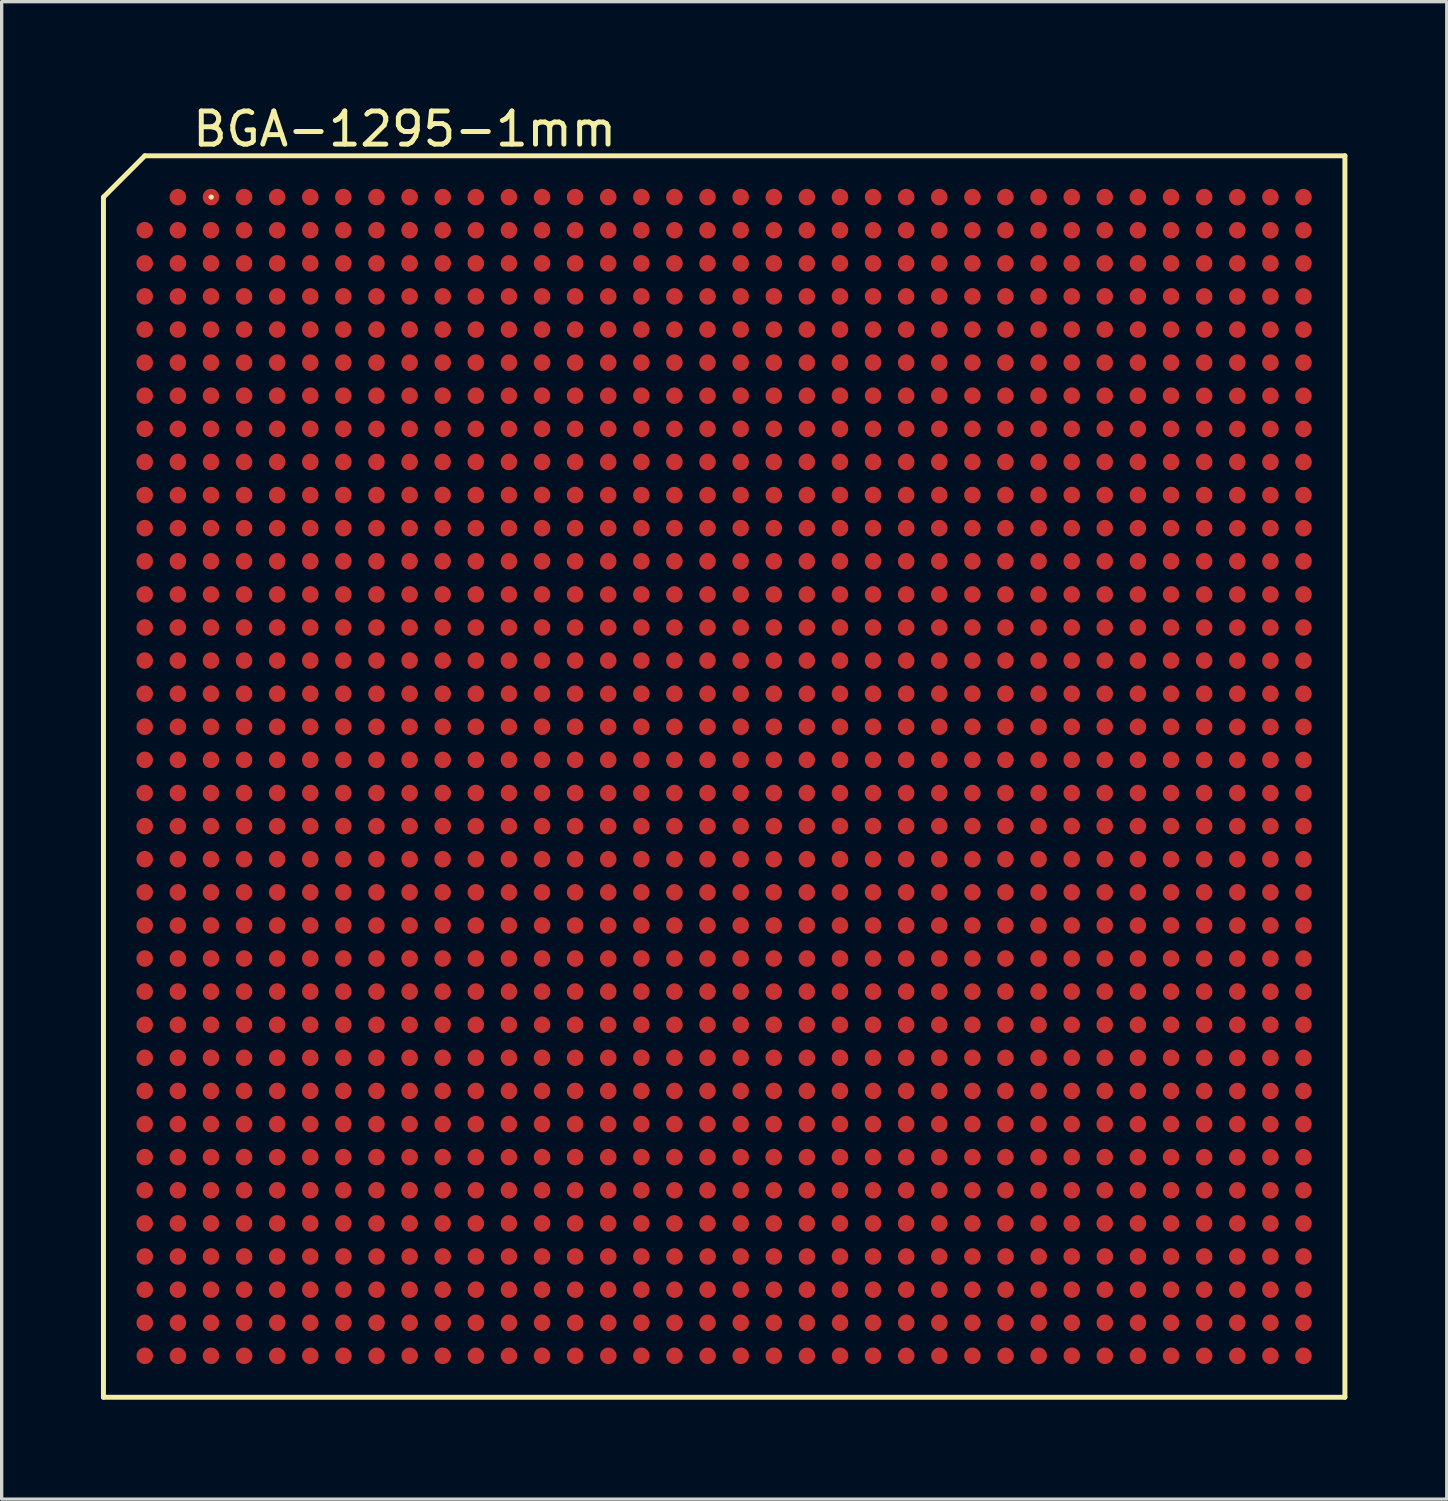
<source format=kicad_pcb>
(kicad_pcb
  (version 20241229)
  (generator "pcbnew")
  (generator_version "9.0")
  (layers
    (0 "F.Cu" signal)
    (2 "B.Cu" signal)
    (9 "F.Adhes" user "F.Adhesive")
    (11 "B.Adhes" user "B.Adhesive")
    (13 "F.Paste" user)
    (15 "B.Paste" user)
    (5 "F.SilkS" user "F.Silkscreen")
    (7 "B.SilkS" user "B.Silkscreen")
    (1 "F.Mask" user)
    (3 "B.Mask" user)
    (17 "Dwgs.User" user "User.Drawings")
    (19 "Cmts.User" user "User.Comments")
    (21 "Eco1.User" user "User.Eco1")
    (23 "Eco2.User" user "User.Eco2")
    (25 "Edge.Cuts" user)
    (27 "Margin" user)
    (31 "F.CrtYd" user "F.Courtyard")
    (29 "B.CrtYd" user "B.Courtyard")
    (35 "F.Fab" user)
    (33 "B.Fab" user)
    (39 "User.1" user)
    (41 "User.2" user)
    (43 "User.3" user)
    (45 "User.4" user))
  (footprint "BGA-1295-1mm"
    (layer "F.Cu")
    (at 18.825 20.406)
    (property "Reference" "BGA-1295-1mm" (at -9.652 -19.558 0) (layer "F.SilkS") (effects (font (size 1 1) (thickness 0.15))))
    (attr smd)
    (fp_line (start -18.75 -17.501) (end -17.501 -18.75) (stroke (width 0.15) (type solid)) (layer "F.SilkS"))
    (fp_line (start -18.75 18.75) (end -18.75 -17.501) (stroke (width 0.15) (type solid)) (layer "F.SilkS"))
    (fp_line (start -17.501 -18.75) (end 18.75 -18.75) (stroke (width 0.15) (type solid)) (layer "F.SilkS"))
    (fp_line (start -15.502 -17.503) (end -15.491 -17.503) (stroke (width 0.15) (type solid)) (layer "F.SilkS"))
    (fp_line (start 18.75 -18.75) (end 18.75 18.75) (stroke (width 0.15) (type solid)) (layer "F.SilkS"))
    (fp_line (start 18.75 18.75) (end -18.75 18.75) (stroke (width 0.15) (type solid)) (layer "F.SilkS"))
    (pad "A2" smd circle (at -16.502 -17.503) (size 0.5 0.5) (layers "F.Cu" "F.Mask" "F.Paste"))
    (pad "A3" smd circle (at -15.502 -17.503) (size 0.5 0.5) (layers "F.Cu" "F.Mask" "F.Paste"))
    (pad "A4" smd circle (at -14.503 -17.503) (size 0.5 0.5) (layers "F.Cu" "F.Mask" "F.Paste"))
    (pad "A5" smd circle (at -13.503 -17.503) (size 0.5 0.5) (layers "F.Cu" "F.Mask" "F.Paste"))
    (pad "A6" smd circle (at -12.502 -17.503) (size 0.5 0.5) (layers "F.Cu" "F.Mask" "F.Paste"))
    (pad "A7" smd circle (at -11.504 -17.503) (size 0.5 0.5) (layers "F.Cu" "F.Mask" "F.Paste"))
    (pad "A8" smd circle (at -10.503 -17.503) (size 0.5 0.5) (layers "F.Cu" "F.Mask" "F.Paste"))
    (pad "A9" smd circle (at -9.502 -17.503) (size 0.5 0.5) (layers "F.Cu" "F.Mask" "F.Paste"))
    (pad "A10" smd circle (at -8.501 -17.503) (size 0.5 0.5) (layers "F.Cu" "F.Mask" "F.Paste"))
    (pad "A11" smd circle (at -7.503 -17.503) (size 0.5 0.5) (layers "F.Cu" "F.Mask" "F.Paste"))
    (pad "A12" smd circle (at -6.502 -17.503) (size 0.5 0.5) (layers "F.Cu" "F.Mask" "F.Paste"))
    (pad "A13" smd circle (at -5.502 -17.503) (size 0.5 0.5) (layers "F.Cu" "F.Mask" "F.Paste"))
    (pad "A14" smd circle (at -4.503 -17.503) (size 0.5 0.5) (layers "F.Cu" "F.Mask" "F.Paste"))
    (pad "A15" smd circle (at -3.503 -17.503) (size 0.5 0.5) (layers "F.Cu" "F.Mask" "F.Paste"))
    (pad "A16" smd circle (at -2.502 -17.503) (size 0.5 0.5) (layers "F.Cu" "F.Mask" "F.Paste"))
    (pad "A17" smd circle (at -1.504 -17.503) (size 0.5 0.5) (layers "F.Cu" "F.Mask" "F.Paste"))
    (pad "A18" smd circle (at -0.503 -17.503) (size 0.5 0.5) (layers "F.Cu" "F.Mask" "F.Paste"))
    (pad "A19" smd circle (at 0.498 -17.503) (size 0.5 0.5) (layers "F.Cu" "F.Mask" "F.Paste"))
    (pad "A20" smd circle (at 1.499 -17.503) (size 0.5 0.5) (layers "F.Cu" "F.Mask" "F.Paste"))
    (pad "A21" smd circle (at 2.497 -17.503) (size 0.5 0.5) (layers "F.Cu" "F.Mask" "F.Paste"))
    (pad "A22" smd circle (at 3.498 -17.503) (size 0.5 0.5) (layers "F.Cu" "F.Mask" "F.Paste"))
    (pad "A23" smd circle (at 4.498 -17.503) (size 0.5 0.5) (layers "F.Cu" "F.Mask" "F.Paste"))
    (pad "A24" smd circle (at 5.497 -17.503) (size 0.5 0.5) (layers "F.Cu" "F.Mask" "F.Paste"))
    (pad "A25" smd circle (at 6.497 -17.503) (size 0.5 0.5) (layers "F.Cu" "F.Mask" "F.Paste"))
    (pad "A26" smd circle (at 7.498 -17.503) (size 0.5 0.5) (layers "F.Cu" "F.Mask" "F.Paste"))
    (pad "A27" smd circle (at 8.496 -17.503) (size 0.5 0.5) (layers "F.Cu" "F.Mask" "F.Paste"))
    (pad "A28" smd circle (at 9.497 -17.503) (size 0.5 0.5) (layers "F.Cu" "F.Mask" "F.Paste"))
    (pad "A29" smd circle (at 10.498 -17.503) (size 0.5 0.5) (layers "F.Cu" "F.Mask" "F.Paste"))
    (pad "A30" smd circle (at 11.496 -17.503) (size 0.5 0.5) (layers "F.Cu" "F.Mask" "F.Paste"))
    (pad "A31" smd circle (at 12.497 -17.503) (size 0.5 0.5) (layers "F.Cu" "F.Mask" "F.Paste"))
    (pad "A32" smd circle (at 13.498 -17.503) (size 0.5 0.5) (layers "F.Cu" "F.Mask" "F.Paste"))
    (pad "A33" smd circle (at 14.498 -17.501) (size 0.5 0.5) (layers "F.Cu" "F.Mask" "F.Paste"))
    (pad "A34" smd circle (at 15.499 -17.501) (size 0.5 0.5) (layers "F.Cu" "F.Mask" "F.Paste"))
    (pad "A35" smd circle (at 16.5 -17.501) (size 0.5 0.5) (layers "F.Cu" "F.Mask" "F.Paste"))
    (pad "A36" smd circle (at 17.498 -17.501) (size 0.5 0.5) (layers "F.Cu" "F.Mask" "F.Paste"))
    (pad "AA1" smd circle (at -17.503 2.497) (size 0.5 0.5) (layers "F.Cu" "F.Mask" "F.Paste"))
    (pad "AA2" smd circle (at -16.502 2.497) (size 0.5 0.5) (layers "F.Cu" "F.Mask" "F.Paste"))
    (pad "AA3" smd circle (at -15.502 2.497) (size 0.5 0.5) (layers "F.Cu" "F.Mask" "F.Paste"))
    (pad "AA4" smd circle (at -14.503 2.497) (size 0.5 0.5) (layers "F.Cu" "F.Mask" "F.Paste"))
    (pad "AA5" smd circle (at -13.503 2.497) (size 0.5 0.5) (layers "F.Cu" "F.Mask" "F.Paste"))
    (pad "AA6" smd circle (at -12.502 2.497) (size 0.5 0.5) (layers "F.Cu" "F.Mask" "F.Paste"))
    (pad "AA7" smd circle (at -11.504 2.497) (size 0.5 0.5) (layers "F.Cu" "F.Mask" "F.Paste"))
    (pad "AA8" smd circle (at -10.503 2.497) (size 0.5 0.5) (layers "F.Cu" "F.Mask" "F.Paste"))
    (pad "AA9" smd circle (at -9.502 2.497) (size 0.5 0.5) (layers "F.Cu" "F.Mask" "F.Paste"))
    (pad "AA10" smd circle (at -8.504 2.497) (size 0.5 0.5) (layers "F.Cu" "F.Mask" "F.Paste"))
    (pad "AA11" smd circle (at -7.503 2.497) (size 0.5 0.5) (layers "F.Cu" "F.Mask" "F.Paste"))
    (pad "AA12" smd circle (at -6.502 2.497) (size 0.5 0.5) (layers "F.Cu" "F.Mask" "F.Paste"))
    (pad "AA13" smd circle (at -5.502 2.497) (size 0.5 0.5) (layers "F.Cu" "F.Mask" "F.Paste"))
    (pad "AA14" smd circle (at -4.503 2.497) (size 0.5 0.5) (layers "F.Cu" "F.Mask" "F.Paste"))
    (pad "AA15" smd circle (at -3.503 2.497) (size 0.5 0.5) (layers "F.Cu" "F.Mask" "F.Paste"))
    (pad "AA16" smd circle (at -2.502 2.497) (size 0.5 0.5) (layers "F.Cu" "F.Mask" "F.Paste"))
    (pad "AA17" smd circle (at -1.504 2.497) (size 0.5 0.5) (layers "F.Cu" "F.Mask" "F.Paste"))
    (pad "AA18" smd circle (at -0.503 2.497) (size 0.5 0.5) (layers "F.Cu" "F.Mask" "F.Paste"))
    (pad "AA19" smd circle (at 0.498 2.497) (size 0.5 0.5) (layers "F.Cu" "F.Mask" "F.Paste"))
    (pad "AA20" smd circle (at 1.496 2.497) (size 0.5 0.5) (layers "F.Cu" "F.Mask" "F.Paste"))
    (pad "AA21" smd circle (at 2.497 2.497) (size 0.5 0.5) (layers "F.Cu" "F.Mask" "F.Paste"))
    (pad "AA22" smd circle (at 3.498 2.497) (size 0.5 0.5) (layers "F.Cu" "F.Mask" "F.Paste"))
    (pad "AA23" smd circle (at 4.498 2.497) (size 0.5 0.5) (layers "F.Cu" "F.Mask" "F.Paste"))
    (pad "AA24" smd circle (at 5.497 2.497) (size 0.5 0.5) (layers "F.Cu" "F.Mask" "F.Paste"))
    (pad "AA25" smd circle (at 6.497 2.497) (size 0.5 0.5) (layers "F.Cu" "F.Mask" "F.Paste"))
    (pad "AA26" smd circle (at 7.498 2.497) (size 0.5 0.5) (layers "F.Cu" "F.Mask" "F.Paste"))
    (pad "AA27" smd circle (at 8.496 2.497) (size 0.5 0.5) (layers "F.Cu" "F.Mask" "F.Paste"))
    (pad "AA28" smd circle (at 9.497 2.497) (size 0.5 0.5) (layers "F.Cu" "F.Mask" "F.Paste"))
    (pad "AA29" smd circle (at 10.498 2.497) (size 0.5 0.5) (layers "F.Cu" "F.Mask" "F.Paste"))
    (pad "AA30" smd circle (at 11.496 2.497) (size 0.5 0.5) (layers "F.Cu" "F.Mask" "F.Paste"))
    (pad "AA31" smd circle (at 12.497 2.497) (size 0.5 0.5) (layers "F.Cu" "F.Mask" "F.Paste"))
    (pad "AA32" smd circle (at 13.498 2.497) (size 0.5 0.5) (layers "F.Cu" "F.Mask" "F.Paste"))
    (pad "AA33" smd circle (at 14.498 2.499) (size 0.5 0.5) (layers "F.Cu" "F.Mask" "F.Paste"))
    (pad "AA34" smd circle (at 15.499 2.499) (size 0.5 0.5) (layers "F.Cu" "F.Mask" "F.Paste"))
    (pad "AA35" smd circle (at 16.5 2.499) (size 0.5 0.5) (layers "F.Cu" "F.Mask" "F.Paste"))
    (pad "AA36" smd circle (at 17.498 2.499) (size 0.5 0.5) (layers "F.Cu" "F.Mask" "F.Paste"))
    (pad "AB1" smd circle (at -17.503 3.498) (size 0.5 0.5) (layers "F.Cu" "F.Mask" "F.Paste"))
    (pad "AB2" smd circle (at -16.502 3.498) (size 0.5 0.5) (layers "F.Cu" "F.Mask" "F.Paste"))
    (pad "AB3" smd circle (at -15.502 3.498) (size 0.5 0.5) (layers "F.Cu" "F.Mask" "F.Paste"))
    (pad "AB4" smd circle (at -14.503 3.498) (size 0.5 0.5) (layers "F.Cu" "F.Mask" "F.Paste"))
    (pad "AB5" smd circle (at -13.503 3.498) (size 0.5 0.5) (layers "F.Cu" "F.Mask" "F.Paste"))
    (pad "AB6" smd circle (at -12.502 3.498) (size 0.5 0.5) (layers "F.Cu" "F.Mask" "F.Paste"))
    (pad "AB7" smd circle (at -11.504 3.498) (size 0.5 0.5) (layers "F.Cu" "F.Mask" "F.Paste"))
    (pad "AB8" smd circle (at -10.503 3.498) (size 0.5 0.5) (layers "F.Cu" "F.Mask" "F.Paste"))
    (pad "AB9" smd circle (at -9.502 3.498) (size 0.5 0.5) (layers "F.Cu" "F.Mask" "F.Paste"))
    (pad "AB10" smd circle (at -8.504 3.498) (size 0.5 0.5) (layers "F.Cu" "F.Mask" "F.Paste"))
    (pad "AB11" smd circle (at -7.503 3.498) (size 0.5 0.5) (layers "F.Cu" "F.Mask" "F.Paste"))
    (pad "AB12" smd circle (at -6.502 3.498) (size 0.5 0.5) (layers "F.Cu" "F.Mask" "F.Paste"))
    (pad "AB13" smd circle (at -5.502 3.498) (size 0.5 0.5) (layers "F.Cu" "F.Mask" "F.Paste"))
    (pad "AB14" smd circle (at -4.503 3.498) (size 0.5 0.5) (layers "F.Cu" "F.Mask" "F.Paste"))
    (pad "AB15" smd circle (at -3.503 3.498) (size 0.5 0.5) (layers "F.Cu" "F.Mask" "F.Paste"))
    (pad "AB16" smd circle (at -2.502 3.498) (size 0.5 0.5) (layers "F.Cu" "F.Mask" "F.Paste"))
    (pad "AB17" smd circle (at -1.504 3.498) (size 0.5 0.5) (layers "F.Cu" "F.Mask" "F.Paste"))
    (pad "AB18" smd circle (at -0.503 3.498) (size 0.5 0.5) (layers "F.Cu" "F.Mask" "F.Paste"))
    (pad "AB19" smd circle (at 0.498 3.498) (size 0.5 0.5) (layers "F.Cu" "F.Mask" "F.Paste"))
    (pad "AB20" smd circle (at 1.496 3.498) (size 0.5 0.5) (layers "F.Cu" "F.Mask" "F.Paste"))
    (pad "AB21" smd circle (at 2.497 3.498) (size 0.5 0.5) (layers "F.Cu" "F.Mask" "F.Paste"))
    (pad "AB22" smd circle (at 3.498 3.498) (size 0.5 0.5) (layers "F.Cu" "F.Mask" "F.Paste"))
    (pad "AB23" smd circle (at 4.498 3.498) (size 0.5 0.5) (layers "F.Cu" "F.Mask" "F.Paste"))
    (pad "AB24" smd circle (at 5.497 3.498) (size 0.5 0.5) (layers "F.Cu" "F.Mask" "F.Paste"))
    (pad "AB25" smd circle (at 6.497 3.498) (size 0.5 0.5) (layers "F.Cu" "F.Mask" "F.Paste"))
    (pad "AB26" smd circle (at 7.498 3.498) (size 0.5 0.5) (layers "F.Cu" "F.Mask" "F.Paste"))
    (pad "AB27" smd circle (at 8.496 3.498) (size 0.5 0.5) (layers "F.Cu" "F.Mask" "F.Paste"))
    (pad "AB28" smd circle (at 9.497 3.498) (size 0.5 0.5) (layers "F.Cu" "F.Mask" "F.Paste"))
    (pad "AB29" smd circle (at 10.498 3.498) (size 0.5 0.5) (layers "F.Cu" "F.Mask" "F.Paste"))
    (pad "AB30" smd circle (at 11.496 3.498) (size 0.5 0.5) (layers "F.Cu" "F.Mask" "F.Paste"))
    (pad "AB31" smd circle (at 12.497 3.498) (size 0.5 0.5) (layers "F.Cu" "F.Mask" "F.Paste"))
    (pad "AB32" smd circle (at 13.498 3.498) (size 0.5 0.5) (layers "F.Cu" "F.Mask" "F.Paste"))
    (pad "AB33" smd circle (at 14.498 3.498) (size 0.5 0.5) (layers "F.Cu" "F.Mask" "F.Paste"))
    (pad "AB34" smd circle (at 15.499 3.498) (size 0.5 0.5) (layers "F.Cu" "F.Mask" "F.Paste"))
    (pad "AB35" smd circle (at 16.5 3.5) (size 0.5 0.5) (layers "F.Cu" "F.Mask" "F.Paste"))
    (pad "AB36" smd circle (at 17.498 3.5) (size 0.5 0.5) (layers "F.Cu" "F.Mask" "F.Paste"))
    (pad "AC1" smd circle (at -17.503 4.498) (size 0.5 0.5) (layers "F.Cu" "F.Mask" "F.Paste"))
    (pad "AC2" smd circle (at -16.502 4.498) (size 0.5 0.5) (layers "F.Cu" "F.Mask" "F.Paste"))
    (pad "AC3" smd circle (at -15.502 4.498) (size 0.5 0.5) (layers "F.Cu" "F.Mask" "F.Paste"))
    (pad "AC4" smd circle (at -14.503 4.498) (size 0.5 0.5) (layers "F.Cu" "F.Mask" "F.Paste"))
    (pad "AC5" smd circle (at -13.503 4.498) (size 0.5 0.5) (layers "F.Cu" "F.Mask" "F.Paste"))
    (pad "AC6" smd circle (at -12.502 4.498) (size 0.5 0.5) (layers "F.Cu" "F.Mask" "F.Paste"))
    (pad "AC7" smd circle (at -11.504 4.498) (size 0.5 0.5) (layers "F.Cu" "F.Mask" "F.Paste"))
    (pad "AC8" smd circle (at -10.503 4.498) (size 0.5 0.5) (layers "F.Cu" "F.Mask" "F.Paste"))
    (pad "AC9" smd circle (at -9.502 4.498) (size 0.5 0.5) (layers "F.Cu" "F.Mask" "F.Paste"))
    (pad "AC10" smd circle (at -8.504 4.498) (size 0.5 0.5) (layers "F.Cu" "F.Mask" "F.Paste"))
    (pad "AC11" smd circle (at -7.503 4.498) (size 0.5 0.5) (layers "F.Cu" "F.Mask" "F.Paste"))
    (pad "AC12" smd circle (at -6.502 4.498) (size 0.5 0.5) (layers "F.Cu" "F.Mask" "F.Paste"))
    (pad "AC13" smd circle (at -5.502 4.498) (size 0.5 0.5) (layers "F.Cu" "F.Mask" "F.Paste"))
    (pad "AC14" smd circle (at -4.503 4.498) (size 0.5 0.5) (layers "F.Cu" "F.Mask" "F.Paste"))
    (pad "AC15" smd circle (at -3.503 4.498) (size 0.5 0.5) (layers "F.Cu" "F.Mask" "F.Paste"))
    (pad "AC16" smd circle (at -2.502 4.498) (size 0.5 0.5) (layers "F.Cu" "F.Mask" "F.Paste"))
    (pad "AC17" smd circle (at -1.504 4.498) (size 0.5 0.5) (layers "F.Cu" "F.Mask" "F.Paste"))
    (pad "AC18" smd circle (at -0.503 4.498) (size 0.5 0.5) (layers "F.Cu" "F.Mask" "F.Paste"))
    (pad "AC19" smd circle (at 0.498 4.498) (size 0.5 0.5) (layers "F.Cu" "F.Mask" "F.Paste"))
    (pad "AC20" smd circle (at 1.496 4.498) (size 0.5 0.5) (layers "F.Cu" "F.Mask" "F.Paste"))
    (pad "AC21" smd circle (at 2.497 4.498) (size 0.5 0.5) (layers "F.Cu" "F.Mask" "F.Paste"))
    (pad "AC22" smd circle (at 3.498 4.498) (size 0.5 0.5) (layers "F.Cu" "F.Mask" "F.Paste"))
    (pad "AC23" smd circle (at 4.498 4.498) (size 0.5 0.5) (layers "F.Cu" "F.Mask" "F.Paste"))
    (pad "AC24" smd circle (at 5.497 4.498) (size 0.5 0.5) (layers "F.Cu" "F.Mask" "F.Paste"))
    (pad "AC25" smd circle (at 6.497 4.498) (size 0.5 0.5) (layers "F.Cu" "F.Mask" "F.Paste"))
    (pad "AC26" smd circle (at 7.498 4.498) (size 0.5 0.5) (layers "F.Cu" "F.Mask" "F.Paste"))
    (pad "AC27" smd circle (at 8.496 4.498) (size 0.5 0.5) (layers "F.Cu" "F.Mask" "F.Paste"))
    (pad "AC28" smd circle (at 9.497 4.498) (size 0.5 0.5) (layers "F.Cu" "F.Mask" "F.Paste"))
    (pad "AC29" smd circle (at 10.498 4.498) (size 0.5 0.5) (layers "F.Cu" "F.Mask" "F.Paste"))
    (pad "AC30" smd circle (at 11.496 4.498) (size 0.5 0.5) (layers "F.Cu" "F.Mask" "F.Paste"))
    (pad "AC31" smd circle (at 12.497 4.498) (size 0.5 0.5) (layers "F.Cu" "F.Mask" "F.Paste"))
    (pad "AC32" smd circle (at 13.498 4.498) (size 0.5 0.5) (layers "F.Cu" "F.Mask" "F.Paste"))
    (pad "AC33" smd circle (at 14.498 4.498) (size 0.5 0.5) (layers "F.Cu" "F.Mask" "F.Paste"))
    (pad "AC34" smd circle (at 15.499 4.498) (size 0.5 0.5) (layers "F.Cu" "F.Mask" "F.Paste"))
    (pad "AC35" smd circle (at 16.5 4.498) (size 0.5 0.5) (layers "F.Cu" "F.Mask" "F.Paste"))
    (pad "AC36" smd circle (at 17.498 4.498) (size 0.5 0.5) (layers "F.Cu" "F.Mask" "F.Paste"))
    (pad "AD1" smd circle (at -17.503 5.497) (size 0.5 0.5) (layers "F.Cu" "F.Mask" "F.Paste"))
    (pad "AD2" smd circle (at -16.502 5.497) (size 0.5 0.5) (layers "F.Cu" "F.Mask" "F.Paste"))
    (pad "AD3" smd circle (at -15.502 5.497) (size 0.5 0.5) (layers "F.Cu" "F.Mask" "F.Paste"))
    (pad "AD4" smd circle (at -14.503 5.497) (size 0.5 0.5) (layers "F.Cu" "F.Mask" "F.Paste"))
    (pad "AD5" smd circle (at -13.503 5.497) (size 0.5 0.5) (layers "F.Cu" "F.Mask" "F.Paste"))
    (pad "AD6" smd circle (at -12.502 5.497) (size 0.5 0.5) (layers "F.Cu" "F.Mask" "F.Paste"))
    (pad "AD7" smd circle (at -11.504 5.497) (size 0.5 0.5) (layers "F.Cu" "F.Mask" "F.Paste"))
    (pad "AD8" smd circle (at -10.503 5.497) (size 0.5 0.5) (layers "F.Cu" "F.Mask" "F.Paste"))
    (pad "AD9" smd circle (at -9.502 5.497) (size 0.5 0.5) (layers "F.Cu" "F.Mask" "F.Paste"))
    (pad "AD10" smd circle (at -8.504 5.497) (size 0.5 0.5) (layers "F.Cu" "F.Mask" "F.Paste"))
    (pad "AD11" smd circle (at -7.503 5.497) (size 0.5 0.5) (layers "F.Cu" "F.Mask" "F.Paste"))
    (pad "AD12" smd circle (at -6.502 5.497) (size 0.5 0.5) (layers "F.Cu" "F.Mask" "F.Paste"))
    (pad "AD13" smd circle (at -5.502 5.497) (size 0.5 0.5) (layers "F.Cu" "F.Mask" "F.Paste"))
    (pad "AD14" smd circle (at -4.503 5.497) (size 0.5 0.5) (layers "F.Cu" "F.Mask" "F.Paste"))
    (pad "AD15" smd circle (at -3.503 5.497) (size 0.5 0.5) (layers "F.Cu" "F.Mask" "F.Paste"))
    (pad "AD16" smd circle (at -2.502 5.497) (size 0.5 0.5) (layers "F.Cu" "F.Mask" "F.Paste"))
    (pad "AD17" smd circle (at -1.504 5.497) (size 0.5 0.5) (layers "F.Cu" "F.Mask" "F.Paste"))
    (pad "AD18" smd circle (at -0.503 5.497) (size 0.5 0.5) (layers "F.Cu" "F.Mask" "F.Paste"))
    (pad "AD19" smd circle (at 0.498 5.497) (size 0.5 0.5) (layers "F.Cu" "F.Mask" "F.Paste"))
    (pad "AD20" smd circle (at 1.496 5.497) (size 0.5 0.5) (layers "F.Cu" "F.Mask" "F.Paste"))
    (pad "AD21" smd circle (at 2.497 5.497) (size 0.5 0.5) (layers "F.Cu" "F.Mask" "F.Paste"))
    (pad "AD22" smd circle (at 3.498 5.497) (size 0.5 0.5) (layers "F.Cu" "F.Mask" "F.Paste"))
    (pad "AD23" smd circle (at 4.498 5.497) (size 0.5 0.5) (layers "F.Cu" "F.Mask" "F.Paste"))
    (pad "AD24" smd circle (at 5.497 5.497) (size 0.5 0.5) (layers "F.Cu" "F.Mask" "F.Paste"))
    (pad "AD25" smd circle (at 6.497 5.497) (size 0.5 0.5) (layers "F.Cu" "F.Mask" "F.Paste"))
    (pad "AD26" smd circle (at 7.498 5.497) (size 0.5 0.5) (layers "F.Cu" "F.Mask" "F.Paste"))
    (pad "AD27" smd circle (at 8.496 5.497) (size 0.5 0.5) (layers "F.Cu" "F.Mask" "F.Paste"))
    (pad "AD28" smd circle (at 9.497 5.497) (size 0.5 0.5) (layers "F.Cu" "F.Mask" "F.Paste"))
    (pad "AD29" smd circle (at 10.498 5.497) (size 0.5 0.5) (layers "F.Cu" "F.Mask" "F.Paste"))
    (pad "AD30" smd circle (at 11.496 5.497) (size 0.5 0.5) (layers "F.Cu" "F.Mask" "F.Paste"))
    (pad "AD31" smd circle (at 12.497 5.497) (size 0.5 0.5) (layers "F.Cu" "F.Mask" "F.Paste"))
    (pad "AD32" smd circle (at 13.498 5.497) (size 0.5 0.5) (layers "F.Cu" "F.Mask" "F.Paste"))
    (pad "AD33" smd circle (at 14.498 5.499) (size 0.5 0.5) (layers "F.Cu" "F.Mask" "F.Paste"))
    (pad "AD34" smd circle (at 15.499 5.499) (size 0.5 0.5) (layers "F.Cu" "F.Mask" "F.Paste"))
    (pad "AD35" smd circle (at 16.5 5.499) (size 0.5 0.5) (layers "F.Cu" "F.Mask" "F.Paste"))
    (pad "AD36" smd circle (at 17.498 5.499) (size 0.5 0.5) (layers "F.Cu" "F.Mask" "F.Paste"))
    (pad "AE1" smd circle (at -17.503 6.497) (size 0.5 0.5) (layers "F.Cu" "F.Mask" "F.Paste"))
    (pad "AE2" smd circle (at -16.502 6.497) (size 0.5 0.5) (layers "F.Cu" "F.Mask" "F.Paste"))
    (pad "AE3" smd circle (at -15.502 6.497) (size 0.5 0.5) (layers "F.Cu" "F.Mask" "F.Paste"))
    (pad "AE4" smd circle (at -14.503 6.497) (size 0.5 0.5) (layers "F.Cu" "F.Mask" "F.Paste"))
    (pad "AE5" smd circle (at -13.503 6.497) (size 0.5 0.5) (layers "F.Cu" "F.Mask" "F.Paste"))
    (pad "AE6" smd circle (at -12.502 6.497) (size 0.5 0.5) (layers "F.Cu" "F.Mask" "F.Paste"))
    (pad "AE7" smd circle (at -11.504 6.497) (size 0.5 0.5) (layers "F.Cu" "F.Mask" "F.Paste"))
    (pad "AE8" smd circle (at -10.503 6.497) (size 0.5 0.5) (layers "F.Cu" "F.Mask" "F.Paste"))
    (pad "AE9" smd circle (at -9.502 6.497) (size 0.5 0.5) (layers "F.Cu" "F.Mask" "F.Paste"))
    (pad "AE10" smd circle (at -8.504 6.497) (size 0.5 0.5) (layers "F.Cu" "F.Mask" "F.Paste"))
    (pad "AE11" smd circle (at -7.503 6.497) (size 0.5 0.5) (layers "F.Cu" "F.Mask" "F.Paste"))
    (pad "AE12" smd circle (at -6.502 6.497) (size 0.5 0.5) (layers "F.Cu" "F.Mask" "F.Paste"))
    (pad "AE13" smd circle (at -5.502 6.497) (size 0.5 0.5) (layers "F.Cu" "F.Mask" "F.Paste"))
    (pad "AE14" smd circle (at -4.503 6.497) (size 0.5 0.5) (layers "F.Cu" "F.Mask" "F.Paste"))
    (pad "AE15" smd circle (at -3.503 6.497) (size 0.5 0.5) (layers "F.Cu" "F.Mask" "F.Paste"))
    (pad "AE16" smd circle (at -2.502 6.497) (size 0.5 0.5) (layers "F.Cu" "F.Mask" "F.Paste"))
    (pad "AE17" smd circle (at -1.504 6.497) (size 0.5 0.5) (layers "F.Cu" "F.Mask" "F.Paste"))
    (pad "AE18" smd circle (at -0.503 6.497) (size 0.5 0.5) (layers "F.Cu" "F.Mask" "F.Paste"))
    (pad "AE19" smd circle (at 0.498 6.497) (size 0.5 0.5) (layers "F.Cu" "F.Mask" "F.Paste"))
    (pad "AE20" smd circle (at 1.496 6.497) (size 0.5 0.5) (layers "F.Cu" "F.Mask" "F.Paste"))
    (pad "AE21" smd circle (at 2.497 6.497) (size 0.5 0.5) (layers "F.Cu" "F.Mask" "F.Paste"))
    (pad "AE22" smd circle (at 3.498 6.497) (size 0.5 0.5) (layers "F.Cu" "F.Mask" "F.Paste"))
    (pad "AE23" smd circle (at 4.498 6.497) (size 0.5 0.5) (layers "F.Cu" "F.Mask" "F.Paste"))
    (pad "AE24" smd circle (at 5.497 6.497) (size 0.5 0.5) (layers "F.Cu" "F.Mask" "F.Paste"))
    (pad "AE25" smd circle (at 6.497 6.497) (size 0.5 0.5) (layers "F.Cu" "F.Mask" "F.Paste"))
    (pad "AE26" smd circle (at 7.498 6.497) (size 0.5 0.5) (layers "F.Cu" "F.Mask" "F.Paste"))
    (pad "AE27" smd circle (at 8.496 6.497) (size 0.5 0.5) (layers "F.Cu" "F.Mask" "F.Paste"))
    (pad "AE28" smd circle (at 9.497 6.497) (size 0.5 0.5) (layers "F.Cu" "F.Mask" "F.Paste"))
    (pad "AE29" smd circle (at 10.498 6.497) (size 0.5 0.5) (layers "F.Cu" "F.Mask" "F.Paste"))
    (pad "AE30" smd circle (at 11.496 6.497) (size 0.5 0.5) (layers "F.Cu" "F.Mask" "F.Paste"))
    (pad "AE31" smd circle (at 12.497 6.497) (size 0.5 0.5) (layers "F.Cu" "F.Mask" "F.Paste"))
    (pad "AE32" smd circle (at 13.498 6.497) (size 0.5 0.5) (layers "F.Cu" "F.Mask" "F.Paste"))
    (pad "AE33" smd circle (at 14.498 6.497) (size 0.5 0.5) (layers "F.Cu" "F.Mask" "F.Paste"))
    (pad "AE34" smd circle (at 15.499 6.497) (size 0.5 0.5) (layers "F.Cu" "F.Mask" "F.Paste"))
    (pad "AE35" smd circle (at 16.5 6.5) (size 0.5 0.5) (layers "F.Cu" "F.Mask" "F.Paste"))
    (pad "AE36" smd circle (at 17.498 6.5) (size 0.5 0.5) (layers "F.Cu" "F.Mask" "F.Paste"))
    (pad "AF1" smd circle (at -17.503 7.498) (size 0.5 0.5) (layers "F.Cu" "F.Mask" "F.Paste"))
    (pad "AF2" smd circle (at -16.502 7.498) (size 0.5 0.5) (layers "F.Cu" "F.Mask" "F.Paste"))
    (pad "AF3" smd circle (at -15.502 7.498) (size 0.5 0.5) (layers "F.Cu" "F.Mask" "F.Paste"))
    (pad "AF4" smd circle (at -14.503 7.498) (size 0.5 0.5) (layers "F.Cu" "F.Mask" "F.Paste"))
    (pad "AF5" smd circle (at -13.503 7.498) (size 0.5 0.5) (layers "F.Cu" "F.Mask" "F.Paste"))
    (pad "AF6" smd circle (at -12.502 7.498) (size 0.5 0.5) (layers "F.Cu" "F.Mask" "F.Paste"))
    (pad "AF7" smd circle (at -11.504 7.498) (size 0.5 0.5) (layers "F.Cu" "F.Mask" "F.Paste"))
    (pad "AF8" smd circle (at -10.503 7.498) (size 0.5 0.5) (layers "F.Cu" "F.Mask" "F.Paste"))
    (pad "AF9" smd circle (at -9.502 7.498) (size 0.5 0.5) (layers "F.Cu" "F.Mask" "F.Paste"))
    (pad "AF10" smd circle (at -8.504 7.498) (size 0.5 0.5) (layers "F.Cu" "F.Mask" "F.Paste"))
    (pad "AF11" smd circle (at -7.503 7.498) (size 0.5 0.5) (layers "F.Cu" "F.Mask" "F.Paste"))
    (pad "AF12" smd circle (at -6.502 7.498) (size 0.5 0.5) (layers "F.Cu" "F.Mask" "F.Paste"))
    (pad "AF13" smd circle (at -5.502 7.498) (size 0.5 0.5) (layers "F.Cu" "F.Mask" "F.Paste"))
    (pad "AF14" smd circle (at -4.503 7.498) (size 0.5 0.5) (layers "F.Cu" "F.Mask" "F.Paste"))
    (pad "AF15" smd circle (at -3.503 7.498) (size 0.5 0.5) (layers "F.Cu" "F.Mask" "F.Paste"))
    (pad "AF16" smd circle (at -2.502 7.498) (size 0.5 0.5) (layers "F.Cu" "F.Mask" "F.Paste"))
    (pad "AF17" smd circle (at -1.504 7.498) (size 0.5 0.5) (layers "F.Cu" "F.Mask" "F.Paste"))
    (pad "AF18" smd circle (at -0.503 7.498) (size 0.5 0.5) (layers "F.Cu" "F.Mask" "F.Paste"))
    (pad "AF19" smd circle (at 0.498 7.498) (size 0.5 0.5) (layers "F.Cu" "F.Mask" "F.Paste"))
    (pad "AF20" smd circle (at 1.496 7.498) (size 0.5 0.5) (layers "F.Cu" "F.Mask" "F.Paste"))
    (pad "AF21" smd circle (at 2.497 7.498) (size 0.5 0.5) (layers "F.Cu" "F.Mask" "F.Paste"))
    (pad "AF22" smd circle (at 3.498 7.498) (size 0.5 0.5) (layers "F.Cu" "F.Mask" "F.Paste"))
    (pad "AF23" smd circle (at 4.498 7.498) (size 0.5 0.5) (layers "F.Cu" "F.Mask" "F.Paste"))
    (pad "AF24" smd circle (at 5.497 7.498) (size 0.5 0.5) (layers "F.Cu" "F.Mask" "F.Paste"))
    (pad "AF25" smd circle (at 6.497 7.498) (size 0.5 0.5) (layers "F.Cu" "F.Mask" "F.Paste"))
    (pad "AF26" smd circle (at 7.498 7.498) (size 0.5 0.5) (layers "F.Cu" "F.Mask" "F.Paste"))
    (pad "AF27" smd circle (at 8.496 7.498) (size 0.5 0.5) (layers "F.Cu" "F.Mask" "F.Paste"))
    (pad "AF28" smd circle (at 9.497 7.498) (size 0.5 0.5) (layers "F.Cu" "F.Mask" "F.Paste"))
    (pad "AF29" smd circle (at 10.498 7.498) (size 0.5 0.5) (layers "F.Cu" "F.Mask" "F.Paste"))
    (pad "AF30" smd circle (at 11.496 7.498) (size 0.5 0.5) (layers "F.Cu" "F.Mask" "F.Paste"))
    (pad "AF31" smd circle (at 12.497 7.498) (size 0.5 0.5) (layers "F.Cu" "F.Mask" "F.Paste"))
    (pad "AF32" smd circle (at 13.498 7.498) (size 0.5 0.5) (layers "F.Cu" "F.Mask" "F.Paste"))
    (pad "AF33" smd circle (at 14.498 7.498) (size 0.5 0.5) (layers "F.Cu" "F.Mask" "F.Paste"))
    (pad "AF34" smd circle (at 15.499 7.498) (size 0.5 0.5) (layers "F.Cu" "F.Mask" "F.Paste"))
    (pad "AF35" smd circle (at 16.5 7.498) (size 0.5 0.5) (layers "F.Cu" "F.Mask" "F.Paste"))
    (pad "AF36" smd circle (at 17.498 7.498) (size 0.5 0.5) (layers "F.Cu" "F.Mask" "F.Paste"))
    (pad "AG1" smd circle (at -17.503 8.496) (size 0.5 0.5) (layers "F.Cu" "F.Mask" "F.Paste"))
    (pad "AG2" smd circle (at -16.502 8.496) (size 0.5 0.5) (layers "F.Cu" "F.Mask" "F.Paste"))
    (pad "AG3" smd circle (at -15.502 8.496) (size 0.5 0.5) (layers "F.Cu" "F.Mask" "F.Paste"))
    (pad "AG4" smd circle (at -14.503 8.496) (size 0.5 0.5) (layers "F.Cu" "F.Mask" "F.Paste"))
    (pad "AG5" smd circle (at -13.503 8.496) (size 0.5 0.5) (layers "F.Cu" "F.Mask" "F.Paste"))
    (pad "AG6" smd circle (at -12.502 8.496) (size 0.5 0.5) (layers "F.Cu" "F.Mask" "F.Paste"))
    (pad "AG7" smd circle (at -11.504 8.496) (size 0.5 0.5) (layers "F.Cu" "F.Mask" "F.Paste"))
    (pad "AG8" smd circle (at -10.503 8.496) (size 0.5 0.5) (layers "F.Cu" "F.Mask" "F.Paste"))
    (pad "AG9" smd circle (at -9.502 8.496) (size 0.5 0.5) (layers "F.Cu" "F.Mask" "F.Paste"))
    (pad "AG10" smd circle (at -8.504 8.496) (size 0.5 0.5) (layers "F.Cu" "F.Mask" "F.Paste"))
    (pad "AG11" smd circle (at -7.503 8.496) (size 0.5 0.5) (layers "F.Cu" "F.Mask" "F.Paste"))
    (pad "AG12" smd circle (at -6.502 8.496) (size 0.5 0.5) (layers "F.Cu" "F.Mask" "F.Paste"))
    (pad "AG13" smd circle (at -5.502 8.496) (size 0.5 0.5) (layers "F.Cu" "F.Mask" "F.Paste"))
    (pad "AG14" smd circle (at -4.503 8.496) (size 0.5 0.5) (layers "F.Cu" "F.Mask" "F.Paste"))
    (pad "AG15" smd circle (at -3.503 8.496) (size 0.5 0.5) (layers "F.Cu" "F.Mask" "F.Paste"))
    (pad "AG16" smd circle (at -2.502 8.496) (size 0.5 0.5) (layers "F.Cu" "F.Mask" "F.Paste"))
    (pad "AG17" smd circle (at -1.504 8.496) (size 0.5 0.5) (layers "F.Cu" "F.Mask" "F.Paste"))
    (pad "AG18" smd circle (at -0.503 8.496) (size 0.5 0.5) (layers "F.Cu" "F.Mask" "F.Paste"))
    (pad "AG19" smd circle (at 0.498 8.496) (size 0.5 0.5) (layers "F.Cu" "F.Mask" "F.Paste"))
    (pad "AG20" smd circle (at 1.496 8.496) (size 0.5 0.5) (layers "F.Cu" "F.Mask" "F.Paste"))
    (pad "AG21" smd circle (at 2.497 8.496) (size 0.5 0.5) (layers "F.Cu" "F.Mask" "F.Paste"))
    (pad "AG22" smd circle (at 3.498 8.496) (size 0.5 0.5) (layers "F.Cu" "F.Mask" "F.Paste"))
    (pad "AG23" smd circle (at 4.498 8.496) (size 0.5 0.5) (layers "F.Cu" "F.Mask" "F.Paste"))
    (pad "AG24" smd circle (at 5.497 8.496) (size 0.5 0.5) (layers "F.Cu" "F.Mask" "F.Paste"))
    (pad "AG25" smd circle (at 6.497 8.496) (size 0.5 0.5) (layers "F.Cu" "F.Mask" "F.Paste"))
    (pad "AG26" smd circle (at 7.498 8.496) (size 0.5 0.5) (layers "F.Cu" "F.Mask" "F.Paste"))
    (pad "AG27" smd circle (at 8.496 8.496) (size 0.5 0.5) (layers "F.Cu" "F.Mask" "F.Paste"))
    (pad "AG28" smd circle (at 9.497 8.496) (size 0.5 0.5) (layers "F.Cu" "F.Mask" "F.Paste"))
    (pad "AG29" smd circle (at 10.498 8.496) (size 0.5 0.5) (layers "F.Cu" "F.Mask" "F.Paste"))
    (pad "AG30" smd circle (at 11.496 8.496) (size 0.5 0.5) (layers "F.Cu" "F.Mask" "F.Paste"))
    (pad "AG31" smd circle (at 12.497 8.496) (size 0.5 0.5) (layers "F.Cu" "F.Mask" "F.Paste"))
    (pad "AG32" smd circle (at 13.498 8.496) (size 0.5 0.5) (layers "F.Cu" "F.Mask" "F.Paste"))
    (pad "AG33" smd circle (at 14.498 8.499) (size 0.5 0.5) (layers "F.Cu" "F.Mask" "F.Paste"))
    (pad "AG34" smd circle (at 15.499 8.499) (size 0.5 0.5) (layers "F.Cu" "F.Mask" "F.Paste"))
    (pad "AG35" smd circle (at 16.5 8.499) (size 0.5 0.5) (layers "F.Cu" "F.Mask" "F.Paste"))
    (pad "AG36" smd circle (at 17.498 8.499) (size 0.5 0.5) (layers "F.Cu" "F.Mask" "F.Paste"))
    (pad "AH1" smd circle (at -17.503 9.497) (size 0.5 0.5) (layers "F.Cu" "F.Mask" "F.Paste"))
    (pad "AH2" smd circle (at -16.502 9.497) (size 0.5 0.5) (layers "F.Cu" "F.Mask" "F.Paste"))
    (pad "AH3" smd circle (at -15.502 9.497) (size 0.5 0.5) (layers "F.Cu" "F.Mask" "F.Paste"))
    (pad "AH4" smd circle (at -14.503 9.497) (size 0.5 0.5) (layers "F.Cu" "F.Mask" "F.Paste"))
    (pad "AH5" smd circle (at -13.503 9.497) (size 0.5 0.5) (layers "F.Cu" "F.Mask" "F.Paste"))
    (pad "AH6" smd circle (at -12.502 9.497) (size 0.5 0.5) (layers "F.Cu" "F.Mask" "F.Paste"))
    (pad "AH7" smd circle (at -11.504 9.497) (size 0.5 0.5) (layers "F.Cu" "F.Mask" "F.Paste"))
    (pad "AH8" smd circle (at -10.503 9.497) (size 0.5 0.5) (layers "F.Cu" "F.Mask" "F.Paste"))
    (pad "AH9" smd circle (at -9.502 9.497) (size 0.5 0.5) (layers "F.Cu" "F.Mask" "F.Paste"))
    (pad "AH10" smd circle (at -8.504 9.497) (size 0.5 0.5) (layers "F.Cu" "F.Mask" "F.Paste"))
    (pad "AH11" smd circle (at -7.503 9.497) (size 0.5 0.5) (layers "F.Cu" "F.Mask" "F.Paste"))
    (pad "AH12" smd circle (at -6.502 9.497) (size 0.5 0.5) (layers "F.Cu" "F.Mask" "F.Paste"))
    (pad "AH13" smd circle (at -5.502 9.497) (size 0.5 0.5) (layers "F.Cu" "F.Mask" "F.Paste"))
    (pad "AH14" smd circle (at -4.503 9.497) (size 0.5 0.5) (layers "F.Cu" "F.Mask" "F.Paste"))
    (pad "AH15" smd circle (at -3.503 9.497) (size 0.5 0.5) (layers "F.Cu" "F.Mask" "F.Paste"))
    (pad "AH16" smd circle (at -2.502 9.497) (size 0.5 0.5) (layers "F.Cu" "F.Mask" "F.Paste"))
    (pad "AH17" smd circle (at -1.504 9.497) (size 0.5 0.5) (layers "F.Cu" "F.Mask" "F.Paste"))
    (pad "AH18" smd circle (at -0.503 9.497) (size 0.5 0.5) (layers "F.Cu" "F.Mask" "F.Paste"))
    (pad "AH19" smd circle (at 0.498 9.497) (size 0.5 0.5) (layers "F.Cu" "F.Mask" "F.Paste"))
    (pad "AH20" smd circle (at 1.496 9.497) (size 0.5 0.5) (layers "F.Cu" "F.Mask" "F.Paste"))
    (pad "AH21" smd circle (at 2.497 9.497) (size 0.5 0.5) (layers "F.Cu" "F.Mask" "F.Paste"))
    (pad "AH22" smd circle (at 3.498 9.497) (size 0.5 0.5) (layers "F.Cu" "F.Mask" "F.Paste"))
    (pad "AH23" smd circle (at 4.498 9.497) (size 0.5 0.5) (layers "F.Cu" "F.Mask" "F.Paste"))
    (pad "AH24" smd circle (at 5.497 9.497) (size 0.5 0.5) (layers "F.Cu" "F.Mask" "F.Paste"))
    (pad "AH25" smd circle (at 6.497 9.497) (size 0.5 0.5) (layers "F.Cu" "F.Mask" "F.Paste"))
    (pad "AH26" smd circle (at 7.498 9.497) (size 0.5 0.5) (layers "F.Cu" "F.Mask" "F.Paste"))
    (pad "AH27" smd circle (at 8.496 9.497) (size 0.5 0.5) (layers "F.Cu" "F.Mask" "F.Paste"))
    (pad "AH28" smd circle (at 9.497 9.497) (size 0.5 0.5) (layers "F.Cu" "F.Mask" "F.Paste"))
    (pad "AH29" smd circle (at 10.498 9.497) (size 0.5 0.5) (layers "F.Cu" "F.Mask" "F.Paste"))
    (pad "AH30" smd circle (at 11.496 9.497) (size 0.5 0.5) (layers "F.Cu" "F.Mask" "F.Paste"))
    (pad "AH31" smd circle (at 12.497 9.497) (size 0.5 0.5) (layers "F.Cu" "F.Mask" "F.Paste"))
    (pad "AH32" smd circle (at 13.498 9.497) (size 0.5 0.5) (layers "F.Cu" "F.Mask" "F.Paste"))
    (pad "AH33" smd circle (at 14.498 9.5) (size 0.5 0.5) (layers "F.Cu" "F.Mask" "F.Paste"))
    (pad "AH34" smd circle (at 15.499 9.5) (size 0.5 0.5) (layers "F.Cu" "F.Mask" "F.Paste"))
    (pad "AH35" smd circle (at 16.5 9.5) (size 0.5 0.5) (layers "F.Cu" "F.Mask" "F.Paste"))
    (pad "AH36" smd circle (at 17.498 9.5) (size 0.5 0.5) (layers "F.Cu" "F.Mask" "F.Paste"))
    (pad "AJ1" smd circle (at -17.503 10.498) (size 0.5 0.5) (layers "F.Cu" "F.Mask" "F.Paste"))
    (pad "AJ2" smd circle (at -16.502 10.498) (size 0.5 0.5) (layers "F.Cu" "F.Mask" "F.Paste"))
    (pad "AJ3" smd circle (at -15.502 10.498) (size 0.5 0.5) (layers "F.Cu" "F.Mask" "F.Paste"))
    (pad "AJ4" smd circle (at -14.503 10.498) (size 0.5 0.5) (layers "F.Cu" "F.Mask" "F.Paste"))
    (pad "AJ5" smd circle (at -13.503 10.498) (size 0.5 0.5) (layers "F.Cu" "F.Mask" "F.Paste"))
    (pad "AJ6" smd circle (at -12.502 10.498) (size 0.5 0.5) (layers "F.Cu" "F.Mask" "F.Paste"))
    (pad "AJ7" smd circle (at -11.504 10.498) (size 0.5 0.5) (layers "F.Cu" "F.Mask" "F.Paste"))
    (pad "AJ8" smd circle (at -10.503 10.498) (size 0.5 0.5) (layers "F.Cu" "F.Mask" "F.Paste"))
    (pad "AJ9" smd circle (at -9.502 10.498) (size 0.5 0.5) (layers "F.Cu" "F.Mask" "F.Paste"))
    (pad "AJ10" smd circle (at -8.504 10.498) (size 0.5 0.5) (layers "F.Cu" "F.Mask" "F.Paste"))
    (pad "AJ11" smd circle (at -7.503 10.498) (size 0.5 0.5) (layers "F.Cu" "F.Mask" "F.Paste"))
    (pad "AJ12" smd circle (at -6.502 10.498) (size 0.5 0.5) (layers "F.Cu" "F.Mask" "F.Paste"))
    (pad "AJ13" smd circle (at -5.502 10.498) (size 0.5 0.5) (layers "F.Cu" "F.Mask" "F.Paste"))
    (pad "AJ14" smd circle (at -4.503 10.498) (size 0.5 0.5) (layers "F.Cu" "F.Mask" "F.Paste"))
    (pad "AJ15" smd circle (at -3.503 10.498) (size 0.5 0.5) (layers "F.Cu" "F.Mask" "F.Paste"))
    (pad "AJ16" smd circle (at -2.502 10.498) (size 0.5 0.5) (layers "F.Cu" "F.Mask" "F.Paste"))
    (pad "AJ17" smd circle (at -1.504 10.498) (size 0.5 0.5) (layers "F.Cu" "F.Mask" "F.Paste"))
    (pad "AJ18" smd circle (at -0.503 10.498) (size 0.5 0.5) (layers "F.Cu" "F.Mask" "F.Paste"))
    (pad "AJ19" smd circle (at 0.498 10.498) (size 0.5 0.5) (layers "F.Cu" "F.Mask" "F.Paste"))
    (pad "AJ20" smd circle (at 1.496 10.498) (size 0.5 0.5) (layers "F.Cu" "F.Mask" "F.Paste"))
    (pad "AJ21" smd circle (at 2.497 10.498) (size 0.5 0.5) (layers "F.Cu" "F.Mask" "F.Paste"))
    (pad "AJ22" smd circle (at 3.498 10.498) (size 0.5 0.5) (layers "F.Cu" "F.Mask" "F.Paste"))
    (pad "AJ23" smd circle (at 4.498 10.498) (size 0.5 0.5) (layers "F.Cu" "F.Mask" "F.Paste"))
    (pad "AJ24" smd circle (at 5.497 10.498) (size 0.5 0.5) (layers "F.Cu" "F.Mask" "F.Paste"))
    (pad "AJ25" smd circle (at 6.497 10.498) (size 0.5 0.5) (layers "F.Cu" "F.Mask" "F.Paste"))
    (pad "AJ26" smd circle (at 7.498 10.498) (size 0.5 0.5) (layers "F.Cu" "F.Mask" "F.Paste"))
    (pad "AJ27" smd circle (at 8.496 10.498) (size 0.5 0.5) (layers "F.Cu" "F.Mask" "F.Paste"))
    (pad "AJ28" smd circle (at 9.497 10.498) (size 0.5 0.5) (layers "F.Cu" "F.Mask" "F.Paste"))
    (pad "AJ29" smd circle (at 10.498 10.498) (size 0.5 0.5) (layers "F.Cu" "F.Mask" "F.Paste"))
    (pad "AJ30" smd circle (at 11.496 10.498) (size 0.5 0.5) (layers "F.Cu" "F.Mask" "F.Paste"))
    (pad "AJ31" smd circle (at 12.497 10.498) (size 0.5 0.5) (layers "F.Cu" "F.Mask" "F.Paste"))
    (pad "AJ32" smd circle (at 13.498 10.498) (size 0.5 0.5) (layers "F.Cu" "F.Mask" "F.Paste"))
    (pad "AJ33" smd circle (at 14.498 10.498) (size 0.5 0.5) (layers "F.Cu" "F.Mask" "F.Paste"))
    (pad "AJ34" smd circle (at 15.499 10.498) (size 0.5 0.5) (layers "F.Cu" "F.Mask" "F.Paste"))
    (pad "AJ35" smd circle (at 16.5 10.5) (size 0.5 0.5) (layers "F.Cu" "F.Mask" "F.Paste"))
    (pad "AJ36" smd circle (at 17.498 10.5) (size 0.5 0.5) (layers "F.Cu" "F.Mask" "F.Paste"))
    (pad "AK1" smd circle (at -17.503 11.496) (size 0.5 0.5) (layers "F.Cu" "F.Mask" "F.Paste"))
    (pad "AK2" smd circle (at -16.502 11.496) (size 0.5 0.5) (layers "F.Cu" "F.Mask" "F.Paste"))
    (pad "AK3" smd circle (at -15.502 11.496) (size 0.5 0.5) (layers "F.Cu" "F.Mask" "F.Paste"))
    (pad "AK4" smd circle (at -14.503 11.496) (size 0.5 0.5) (layers "F.Cu" "F.Mask" "F.Paste"))
    (pad "AK5" smd circle (at -13.503 11.496) (size 0.5 0.5) (layers "F.Cu" "F.Mask" "F.Paste"))
    (pad "AK6" smd circle (at -12.502 11.496) (size 0.5 0.5) (layers "F.Cu" "F.Mask" "F.Paste"))
    (pad "AK7" smd circle (at -11.504 11.496) (size 0.5 0.5) (layers "F.Cu" "F.Mask" "F.Paste"))
    (pad "AK8" smd circle (at -10.503 11.496) (size 0.5 0.5) (layers "F.Cu" "F.Mask" "F.Paste"))
    (pad "AK9" smd circle (at -9.502 11.496) (size 0.5 0.5) (layers "F.Cu" "F.Mask" "F.Paste"))
    (pad "AK10" smd circle (at -8.504 11.496) (size 0.5 0.5) (layers "F.Cu" "F.Mask" "F.Paste"))
    (pad "AK11" smd circle (at -7.503 11.496) (size 0.5 0.5) (layers "F.Cu" "F.Mask" "F.Paste"))
    (pad "AK12" smd circle (at -6.502 11.496) (size 0.5 0.5) (layers "F.Cu" "F.Mask" "F.Paste"))
    (pad "AK13" smd circle (at -5.502 11.496) (size 0.5 0.5) (layers "F.Cu" "F.Mask" "F.Paste"))
    (pad "AK14" smd circle (at -4.503 11.496) (size 0.5 0.5) (layers "F.Cu" "F.Mask" "F.Paste"))
    (pad "AK15" smd circle (at -3.503 11.496) (size 0.5 0.5) (layers "F.Cu" "F.Mask" "F.Paste"))
    (pad "AK16" smd circle (at -2.502 11.496) (size 0.5 0.5) (layers "F.Cu" "F.Mask" "F.Paste"))
    (pad "AK17" smd circle (at -1.504 11.496) (size 0.5 0.5) (layers "F.Cu" "F.Mask" "F.Paste"))
    (pad "AK18" smd circle (at -0.503 11.496) (size 0.5 0.5) (layers "F.Cu" "F.Mask" "F.Paste"))
    (pad "AK19" smd circle (at 0.498 11.496) (size 0.5 0.5) (layers "F.Cu" "F.Mask" "F.Paste"))
    (pad "AK20" smd circle (at 1.496 11.496) (size 0.5 0.5) (layers "F.Cu" "F.Mask" "F.Paste"))
    (pad "AK21" smd circle (at 2.497 11.496) (size 0.5 0.5) (layers "F.Cu" "F.Mask" "F.Paste"))
    (pad "AK22" smd circle (at 3.498 11.496) (size 0.5 0.5) (layers "F.Cu" "F.Mask" "F.Paste"))
    (pad "AK23" smd circle (at 4.498 11.496) (size 0.5 0.5) (layers "F.Cu" "F.Mask" "F.Paste"))
    (pad "AK24" smd circle (at 5.497 11.496) (size 0.5 0.5) (layers "F.Cu" "F.Mask" "F.Paste"))
    (pad "AK25" smd circle (at 6.497 11.496) (size 0.5 0.5) (layers "F.Cu" "F.Mask" "F.Paste"))
    (pad "AK26" smd circle (at 7.498 11.496) (size 0.5 0.5) (layers "F.Cu" "F.Mask" "F.Paste"))
    (pad "AK27" smd circle (at 8.496 11.496) (size 0.5 0.5) (layers "F.Cu" "F.Mask" "F.Paste"))
    (pad "AK28" smd circle (at 9.497 11.496) (size 0.5 0.5) (layers "F.Cu" "F.Mask" "F.Paste"))
    (pad "AK29" smd circle (at 10.498 11.496) (size 0.5 0.5) (layers "F.Cu" "F.Mask" "F.Paste"))
    (pad "AK30" smd circle (at 11.496 11.496) (size 0.5 0.5) (layers "F.Cu" "F.Mask" "F.Paste"))
    (pad "AK31" smd circle (at 12.497 11.496) (size 0.5 0.5) (layers "F.Cu" "F.Mask" "F.Paste"))
    (pad "AK32" smd circle (at 13.498 11.496) (size 0.5 0.5) (layers "F.Cu" "F.Mask" "F.Paste"))
    (pad "AK33" smd circle (at 14.498 11.499) (size 0.5 0.5) (layers "F.Cu" "F.Mask" "F.Paste"))
    (pad "AK34" smd circle (at 15.499 11.499) (size 0.5 0.5) (layers "F.Cu" "F.Mask" "F.Paste"))
    (pad "AK35" smd circle (at 16.5 11.499) (size 0.5 0.5) (layers "F.Cu" "F.Mask" "F.Paste"))
    (pad "AK36" smd circle (at 17.498 11.499) (size 0.5 0.5) (layers "F.Cu" "F.Mask" "F.Paste"))
    (pad "AL1" smd circle (at -17.503 12.497) (size 0.5 0.5) (layers "F.Cu" "F.Mask" "F.Paste"))
    (pad "AL2" smd circle (at -16.502 12.497) (size 0.5 0.5) (layers "F.Cu" "F.Mask" "F.Paste"))
    (pad "AL3" smd circle (at -15.502 12.497) (size 0.5 0.5) (layers "F.Cu" "F.Mask" "F.Paste"))
    (pad "AL4" smd circle (at -14.503 12.497) (size 0.5 0.5) (layers "F.Cu" "F.Mask" "F.Paste"))
    (pad "AL5" smd circle (at -13.503 12.497) (size 0.5 0.5) (layers "F.Cu" "F.Mask" "F.Paste"))
    (pad "AL6" smd circle (at -12.502 12.497) (size 0.5 0.5) (layers "F.Cu" "F.Mask" "F.Paste"))
    (pad "AL7" smd circle (at -11.504 12.497) (size 0.5 0.5) (layers "F.Cu" "F.Mask" "F.Paste"))
    (pad "AL8" smd circle (at -10.503 12.497) (size 0.5 0.5) (layers "F.Cu" "F.Mask" "F.Paste"))
    (pad "AL9" smd circle (at -9.502 12.497) (size 0.5 0.5) (layers "F.Cu" "F.Mask" "F.Paste"))
    (pad "AL10" smd circle (at -8.504 12.497) (size 0.5 0.5) (layers "F.Cu" "F.Mask" "F.Paste"))
    (pad "AL11" smd circle (at -7.503 12.497) (size 0.5 0.5) (layers "F.Cu" "F.Mask" "F.Paste"))
    (pad "AL12" smd circle (at -6.502 12.497) (size 0.5 0.5) (layers "F.Cu" "F.Mask" "F.Paste"))
    (pad "AL13" smd circle (at -5.502 12.497) (size 0.5 0.5) (layers "F.Cu" "F.Mask" "F.Paste"))
    (pad "AL14" smd circle (at -4.503 12.497) (size 0.5 0.5) (layers "F.Cu" "F.Mask" "F.Paste"))
    (pad "AL15" smd circle (at -3.503 12.497) (size 0.5 0.5) (layers "F.Cu" "F.Mask" "F.Paste"))
    (pad "AL16" smd circle (at -2.502 12.497) (size 0.5 0.5) (layers "F.Cu" "F.Mask" "F.Paste"))
    (pad "AL17" smd circle (at -1.504 12.497) (size 0.5 0.5) (layers "F.Cu" "F.Mask" "F.Paste"))
    (pad "AL18" smd circle (at -0.503 12.497) (size 0.5 0.5) (layers "F.Cu" "F.Mask" "F.Paste"))
    (pad "AL19" smd circle (at 0.498 12.497) (size 0.5 0.5) (layers "F.Cu" "F.Mask" "F.Paste"))
    (pad "AL20" smd circle (at 1.496 12.497) (size 0.5 0.5) (layers "F.Cu" "F.Mask" "F.Paste"))
    (pad "AL21" smd circle (at 2.497 12.497) (size 0.5 0.5) (layers "F.Cu" "F.Mask" "F.Paste"))
    (pad "AL22" smd circle (at 3.498 12.497) (size 0.5 0.5) (layers "F.Cu" "F.Mask" "F.Paste"))
    (pad "AL23" smd circle (at 4.498 12.497) (size 0.5 0.5) (layers "F.Cu" "F.Mask" "F.Paste"))
    (pad "AL24" smd circle (at 5.497 12.497) (size 0.5 0.5) (layers "F.Cu" "F.Mask" "F.Paste"))
    (pad "AL25" smd circle (at 6.497 12.497) (size 0.5 0.5) (layers "F.Cu" "F.Mask" "F.Paste"))
    (pad "AL26" smd circle (at 7.498 12.497) (size 0.5 0.5) (layers "F.Cu" "F.Mask" "F.Paste"))
    (pad "AL27" smd circle (at 8.496 12.497) (size 0.5 0.5) (layers "F.Cu" "F.Mask" "F.Paste"))
    (pad "AL28" smd circle (at 9.497 12.497) (size 0.5 0.5) (layers "F.Cu" "F.Mask" "F.Paste"))
    (pad "AL29" smd circle (at 10.498 12.497) (size 0.5 0.5) (layers "F.Cu" "F.Mask" "F.Paste"))
    (pad "AL30" smd circle (at 11.496 12.497) (size 0.5 0.5) (layers "F.Cu" "F.Mask" "F.Paste"))
    (pad "AL31" smd circle (at 12.497 12.497) (size 0.5 0.5) (layers "F.Cu" "F.Mask" "F.Paste"))
    (pad "AL32" smd circle (at 13.498 12.497) (size 0.5 0.5) (layers "F.Cu" "F.Mask" "F.Paste"))
    (pad "AL33" smd circle (at 14.498 12.499) (size 0.5 0.5) (layers "F.Cu" "F.Mask" "F.Paste"))
    (pad "AL34" smd circle (at 15.499 12.499) (size 0.5 0.5) (layers "F.Cu" "F.Mask" "F.Paste"))
    (pad "AL35" smd circle (at 16.5 12.499) (size 0.5 0.5) (layers "F.Cu" "F.Mask" "F.Paste"))
    (pad "AL36" smd circle (at 17.498 12.499) (size 0.5 0.5) (layers "F.Cu" "F.Mask" "F.Paste"))
    (pad "AM1" smd circle (at -17.503 13.498) (size 0.5 0.5) (layers "F.Cu" "F.Mask" "F.Paste"))
    (pad "AM2" smd circle (at -16.502 13.498) (size 0.5 0.5) (layers "F.Cu" "F.Mask" "F.Paste"))
    (pad "AM3" smd circle (at -15.502 13.498) (size 0.5 0.5) (layers "F.Cu" "F.Mask" "F.Paste"))
    (pad "AM4" smd circle (at -14.503 13.498) (size 0.5 0.5) (layers "F.Cu" "F.Mask" "F.Paste"))
    (pad "AM5" smd circle (at -13.503 13.498) (size 0.5 0.5) (layers "F.Cu" "F.Mask" "F.Paste"))
    (pad "AM6" smd circle (at -12.502 13.498) (size 0.5 0.5) (layers "F.Cu" "F.Mask" "F.Paste"))
    (pad "AM7" smd circle (at -11.504 13.498) (size 0.5 0.5) (layers "F.Cu" "F.Mask" "F.Paste"))
    (pad "AM8" smd circle (at -10.503 13.498) (size 0.5 0.5) (layers "F.Cu" "F.Mask" "F.Paste"))
    (pad "AM9" smd circle (at -9.502 13.498) (size 0.5 0.5) (layers "F.Cu" "F.Mask" "F.Paste"))
    (pad "AM10" smd circle (at -8.504 13.498) (size 0.5 0.5) (layers "F.Cu" "F.Mask" "F.Paste"))
    (pad "AM11" smd circle (at -7.503 13.498) (size 0.5 0.5) (layers "F.Cu" "F.Mask" "F.Paste"))
    (pad "AM12" smd circle (at -6.502 13.498) (size 0.5 0.5) (layers "F.Cu" "F.Mask" "F.Paste"))
    (pad "AM13" smd circle (at -5.502 13.498) (size 0.5 0.5) (layers "F.Cu" "F.Mask" "F.Paste"))
    (pad "AM14" smd circle (at -4.503 13.498) (size 0.5 0.5) (layers "F.Cu" "F.Mask" "F.Paste"))
    (pad "AM15" smd circle (at -3.503 13.498) (size 0.5 0.5) (layers "F.Cu" "F.Mask" "F.Paste"))
    (pad "AM16" smd circle (at -2.502 13.498) (size 0.5 0.5) (layers "F.Cu" "F.Mask" "F.Paste"))
    (pad "AM17" smd circle (at -1.504 13.498) (size 0.5 0.5) (layers "F.Cu" "F.Mask" "F.Paste"))
    (pad "AM18" smd circle (at -0.503 13.498) (size 0.5 0.5) (layers "F.Cu" "F.Mask" "F.Paste"))
    (pad "AM19" smd circle (at 0.498 13.498) (size 0.5 0.5) (layers "F.Cu" "F.Mask" "F.Paste"))
    (pad "AM20" smd circle (at 1.496 13.498) (size 0.5 0.5) (layers "F.Cu" "F.Mask" "F.Paste"))
    (pad "AM21" smd circle (at 2.497 13.498) (size 0.5 0.5) (layers "F.Cu" "F.Mask" "F.Paste"))
    (pad "AM22" smd circle (at 3.498 13.498) (size 0.5 0.5) (layers "F.Cu" "F.Mask" "F.Paste"))
    (pad "AM23" smd circle (at 4.498 13.498) (size 0.5 0.5) (layers "F.Cu" "F.Mask" "F.Paste"))
    (pad "AM24" smd circle (at 5.497 13.498) (size 0.5 0.5) (layers "F.Cu" "F.Mask" "F.Paste"))
    (pad "AM25" smd circle (at 6.497 13.498) (size 0.5 0.5) (layers "F.Cu" "F.Mask" "F.Paste"))
    (pad "AM26" smd circle (at 7.498 13.498) (size 0.5 0.5) (layers "F.Cu" "F.Mask" "F.Paste"))
    (pad "AM27" smd circle (at 8.496 13.498) (size 0.5 0.5) (layers "F.Cu" "F.Mask" "F.Paste"))
    (pad "AM28" smd circle (at 9.497 13.498) (size 0.5 0.5) (layers "F.Cu" "F.Mask" "F.Paste"))
    (pad "AM29" smd circle (at 10.498 13.498) (size 0.5 0.5) (layers "F.Cu" "F.Mask" "F.Paste"))
    (pad "AM30" smd circle (at 11.496 13.498) (size 0.5 0.5) (layers "F.Cu" "F.Mask" "F.Paste"))
    (pad "AM31" smd circle (at 12.497 13.498) (size 0.5 0.5) (layers "F.Cu" "F.Mask" "F.Paste"))
    (pad "AM32" smd circle (at 13.498 13.498) (size 0.5 0.5) (layers "F.Cu" "F.Mask" "F.Paste"))
    (pad "AM33" smd circle (at 14.498 13.498) (size 0.5 0.5) (layers "F.Cu" "F.Mask" "F.Paste"))
    (pad "AM34" smd circle (at 15.499 13.498) (size 0.5 0.5) (layers "F.Cu" "F.Mask" "F.Paste"))
    (pad "AM35" smd circle (at 16.5 13.5) (size 0.5 0.5) (layers "F.Cu" "F.Mask" "F.Paste"))
    (pad "AM36" smd circle (at 17.498 13.5) (size 0.5 0.5) (layers "F.Cu" "F.Mask" "F.Paste"))
    (pad "AN1" smd circle (at -17.501 14.498) (size 0.5 0.5) (layers "F.Cu" "F.Mask" "F.Paste"))
    (pad "AN2" smd circle (at -16.502 14.498) (size 0.5 0.5) (layers "F.Cu" "F.Mask" "F.Paste"))
    (pad "AN3" smd circle (at -15.502 14.498) (size 0.5 0.5) (layers "F.Cu" "F.Mask" "F.Paste"))
    (pad "AN4" smd circle (at -14.501 14.498) (size 0.5 0.5) (layers "F.Cu" "F.Mask" "F.Paste"))
    (pad "AN5" smd circle (at -13.503 14.498) (size 0.5 0.5) (layers "F.Cu" "F.Mask" "F.Paste"))
    (pad "AN6" smd circle (at -12.502 14.498) (size 0.5 0.5) (layers "F.Cu" "F.Mask" "F.Paste"))
    (pad "AN7" smd circle (at -11.501 14.498) (size 0.5 0.5) (layers "F.Cu" "F.Mask" "F.Paste"))
    (pad "AN8" smd circle (at -10.5 14.498) (size 0.5 0.5) (layers "F.Cu" "F.Mask" "F.Paste"))
    (pad "AN9" smd circle (at -9.502 14.498) (size 0.5 0.5) (layers "F.Cu" "F.Mask" "F.Paste"))
    (pad "AN10" smd circle (at -8.501 14.498) (size 0.5 0.5) (layers "F.Cu" "F.Mask" "F.Paste"))
    (pad "AN11" smd circle (at -7.501 14.498) (size 0.5 0.5) (layers "F.Cu" "F.Mask" "F.Paste"))
    (pad "AN12" smd circle (at -6.502 14.498) (size 0.5 0.5) (layers "F.Cu" "F.Mask" "F.Paste"))
    (pad "AN13" smd circle (at -5.502 14.498) (size 0.5 0.5) (layers "F.Cu" "F.Mask" "F.Paste"))
    (pad "AN14" smd circle (at -4.501 14.498) (size 0.5 0.5) (layers "F.Cu" "F.Mask" "F.Paste"))
    (pad "AN15" smd circle (at -3.503 14.498) (size 0.5 0.5) (layers "F.Cu" "F.Mask" "F.Paste"))
    (pad "AN16" smd circle (at -2.502 14.498) (size 0.5 0.5) (layers "F.Cu" "F.Mask" "F.Paste"))
    (pad "AN17" smd circle (at -1.501 14.498) (size 0.5 0.5) (layers "F.Cu" "F.Mask" "F.Paste"))
    (pad "AN18" smd circle (at -0.5 14.498) (size 0.5 0.5) (layers "F.Cu" "F.Mask" "F.Paste"))
    (pad "AN19" smd circle (at 0.498 14.498) (size 0.5 0.5) (layers "F.Cu" "F.Mask" "F.Paste"))
    (pad "AN20" smd circle (at 1.499 14.498) (size 0.5 0.5) (layers "F.Cu" "F.Mask" "F.Paste"))
    (pad "AN21" smd circle (at 2.499 14.498) (size 0.5 0.5) (layers "F.Cu" "F.Mask" "F.Paste"))
    (pad "AN22" smd circle (at 3.498 14.498) (size 0.5 0.5) (layers "F.Cu" "F.Mask" "F.Paste"))
    (pad "AN23" smd circle (at 4.498 14.498) (size 0.5 0.5) (layers "F.Cu" "F.Mask" "F.Paste"))
    (pad "AN24" smd circle (at 5.499 14.498) (size 0.5 0.5) (layers "F.Cu" "F.Mask" "F.Paste"))
    (pad "AN25" smd circle (at 6.497 14.498) (size 0.5 0.5) (layers "F.Cu" "F.Mask" "F.Paste"))
    (pad "AN26" smd circle (at 7.498 14.498) (size 0.5 0.5) (layers "F.Cu" "F.Mask" "F.Paste"))
    (pad "AN27" smd circle (at 8.499 14.498) (size 0.5 0.5) (layers "F.Cu" "F.Mask" "F.Paste"))
    (pad "AN28" smd circle (at 9.5 14.498) (size 0.5 0.5) (layers "F.Cu" "F.Mask" "F.Paste"))
    (pad "AN29" smd circle (at 10.498 14.498) (size 0.5 0.5) (layers "F.Cu" "F.Mask" "F.Paste"))
    (pad "AN30" smd circle (at 11.499 14.498) (size 0.5 0.5) (layers "F.Cu" "F.Mask" "F.Paste"))
    (pad "AN31" smd circle (at 12.499 14.498) (size 0.5 0.5) (layers "F.Cu" "F.Mask" "F.Paste"))
    (pad "AN32" smd circle (at 13.498 14.498) (size 0.5 0.5) (layers "F.Cu" "F.Mask" "F.Paste"))
    (pad "AN33" smd circle (at 14.498 14.498) (size 0.5 0.5) (layers "F.Cu" "F.Mask" "F.Paste"))
    (pad "AN34" smd circle (at 15.499 14.498) (size 0.5 0.5) (layers "F.Cu" "F.Mask" "F.Paste"))
    (pad "AN35" smd circle (at 16.5 14.498) (size 0.5 0.5) (layers "F.Cu" "F.Mask" "F.Paste"))
    (pad "AN36" smd circle (at 17.498 14.498) (size 0.5 0.5) (layers "F.Cu" "F.Mask" "F.Paste"))
    (pad "AP1" smd circle (at -17.501 15.499) (size 0.5 0.5) (layers "F.Cu" "F.Mask" "F.Paste"))
    (pad "AP2" smd circle (at -16.502 15.499) (size 0.5 0.5) (layers "F.Cu" "F.Mask" "F.Paste"))
    (pad "AP3" smd circle (at -15.502 15.499) (size 0.5 0.5) (layers "F.Cu" "F.Mask" "F.Paste"))
    (pad "AP4" smd circle (at -14.501 15.499) (size 0.5 0.5) (layers "F.Cu" "F.Mask" "F.Paste"))
    (pad "AP5" smd circle (at -13.503 15.499) (size 0.5 0.5) (layers "F.Cu" "F.Mask" "F.Paste"))
    (pad "AP6" smd circle (at -12.502 15.499) (size 0.5 0.5) (layers "F.Cu" "F.Mask" "F.Paste"))
    (pad "AP7" smd circle (at -11.501 15.499) (size 0.5 0.5) (layers "F.Cu" "F.Mask" "F.Paste"))
    (pad "AP8" smd circle (at -10.5 15.499) (size 0.5 0.5) (layers "F.Cu" "F.Mask" "F.Paste"))
    (pad "AP9" smd circle (at -9.502 15.499) (size 0.5 0.5) (layers "F.Cu" "F.Mask" "F.Paste"))
    (pad "AP10" smd circle (at -8.501 15.499) (size 0.5 0.5) (layers "F.Cu" "F.Mask" "F.Paste"))
    (pad "AP11" smd circle (at -7.501 15.499) (size 0.5 0.5) (layers "F.Cu" "F.Mask" "F.Paste"))
    (pad "AP12" smd circle (at -6.502 15.499) (size 0.5 0.5) (layers "F.Cu" "F.Mask" "F.Paste"))
    (pad "AP13" smd circle (at -5.502 15.499) (size 0.5 0.5) (layers "F.Cu" "F.Mask" "F.Paste"))
    (pad "AP14" smd circle (at -4.501 15.499) (size 0.5 0.5) (layers "F.Cu" "F.Mask" "F.Paste"))
    (pad "AP15" smd circle (at -3.503 15.499) (size 0.5 0.5) (layers "F.Cu" "F.Mask" "F.Paste"))
    (pad "AP16" smd circle (at -2.502 15.499) (size 0.5 0.5) (layers "F.Cu" "F.Mask" "F.Paste"))
    (pad "AP17" smd circle (at -1.501 15.499) (size 0.5 0.5) (layers "F.Cu" "F.Mask" "F.Paste"))
    (pad "AP18" smd circle (at -0.5 15.499) (size 0.5 0.5) (layers "F.Cu" "F.Mask" "F.Paste"))
    (pad "AP19" smd circle (at 0.498 15.499) (size 0.5 0.5) (layers "F.Cu" "F.Mask" "F.Paste"))
    (pad "AP20" smd circle (at 1.499 15.499) (size 0.5 0.5) (layers "F.Cu" "F.Mask" "F.Paste"))
    (pad "AP21" smd circle (at 2.499 15.499) (size 0.5 0.5) (layers "F.Cu" "F.Mask" "F.Paste"))
    (pad "AP22" smd circle (at 3.498 15.499) (size 0.5 0.5) (layers "F.Cu" "F.Mask" "F.Paste"))
    (pad "AP23" smd circle (at 4.498 15.499) (size 0.5 0.5) (layers "F.Cu" "F.Mask" "F.Paste"))
    (pad "AP24" smd circle (at 5.499 15.499) (size 0.5 0.5) (layers "F.Cu" "F.Mask" "F.Paste"))
    (pad "AP25" smd circle (at 6.497 15.499) (size 0.5 0.5) (layers "F.Cu" "F.Mask" "F.Paste"))
    (pad "AP26" smd circle (at 7.498 15.499) (size 0.5 0.5) (layers "F.Cu" "F.Mask" "F.Paste"))
    (pad "AP27" smd circle (at 8.499 15.499) (size 0.5 0.5) (layers "F.Cu" "F.Mask" "F.Paste"))
    (pad "AP28" smd circle (at 9.5 15.499) (size 0.5 0.5) (layers "F.Cu" "F.Mask" "F.Paste"))
    (pad "AP29" smd circle (at 10.498 15.499) (size 0.5 0.5) (layers "F.Cu" "F.Mask" "F.Paste"))
    (pad "AP30" smd circle (at 11.499 15.499) (size 0.5 0.5) (layers "F.Cu" "F.Mask" "F.Paste"))
    (pad "AP31" smd circle (at 12.499 15.499) (size 0.5 0.5) (layers "F.Cu" "F.Mask" "F.Paste"))
    (pad "AP32" smd circle (at 13.498 15.499) (size 0.5 0.5) (layers "F.Cu" "F.Mask" "F.Paste"))
    (pad "AP33" smd circle (at 14.498 15.499) (size 0.5 0.5) (layers "F.Cu" "F.Mask" "F.Paste"))
    (pad "AP34" smd circle (at 15.499 15.499) (size 0.5 0.5) (layers "F.Cu" "F.Mask" "F.Paste"))
    (pad "AP35" smd circle (at 16.5 15.499) (size 0.5 0.5) (layers "F.Cu" "F.Mask" "F.Paste"))
    (pad "AP36" smd circle (at 17.498 15.499) (size 0.5 0.5) (layers "F.Cu" "F.Mask" "F.Paste"))
    (pad "AR1" smd circle (at -17.501 16.5) (size 0.5 0.5) (layers "F.Cu" "F.Mask" "F.Paste"))
    (pad "AR2" smd circle (at -16.5 16.5) (size 0.5 0.5) (layers "F.Cu" "F.Mask" "F.Paste"))
    (pad "AR3" smd circle (at -15.502 16.5) (size 0.5 0.5) (layers "F.Cu" "F.Mask" "F.Paste"))
    (pad "AR4" smd circle (at -14.501 16.5) (size 0.5 0.5) (layers "F.Cu" "F.Mask" "F.Paste"))
    (pad "AR5" smd circle (at -13.5 16.5) (size 0.5 0.5) (layers "F.Cu" "F.Mask" "F.Paste"))
    (pad "AR6" smd circle (at -12.502 16.5) (size 0.5 0.5) (layers "F.Cu" "F.Mask" "F.Paste"))
    (pad "AR7" smd circle (at -11.501 16.5) (size 0.5 0.5) (layers "F.Cu" "F.Mask" "F.Paste"))
    (pad "AR8" smd circle (at -10.5 16.5) (size 0.5 0.5) (layers "F.Cu" "F.Mask" "F.Paste"))
    (pad "AR9" smd circle (at -9.5 16.5) (size 0.5 0.5) (layers "F.Cu" "F.Mask" "F.Paste"))
    (pad "AR10" smd circle (at -8.501 16.5) (size 0.5 0.5) (layers "F.Cu" "F.Mask" "F.Paste"))
    (pad "AR11" smd circle (at -7.501 16.5) (size 0.5 0.5) (layers "F.Cu" "F.Mask" "F.Paste"))
    (pad "AR12" smd circle (at -6.5 16.5) (size 0.5 0.5) (layers "F.Cu" "F.Mask" "F.Paste"))
    (pad "AR13" smd circle (at -5.502 16.5) (size 0.5 0.5) (layers "F.Cu" "F.Mask" "F.Paste"))
    (pad "AR14" smd circle (at -4.501 16.5) (size 0.5 0.5) (layers "F.Cu" "F.Mask" "F.Paste"))
    (pad "AR15" smd circle (at -3.5 16.5) (size 0.5 0.5) (layers "F.Cu" "F.Mask" "F.Paste"))
    (pad "AR16" smd circle (at -2.502 16.5) (size 0.5 0.5) (layers "F.Cu" "F.Mask" "F.Paste"))
    (pad "AR17" smd circle (at -1.501 16.5) (size 0.5 0.5) (layers "F.Cu" "F.Mask" "F.Paste"))
    (pad "AR18" smd circle (at -0.5 16.5) (size 0.5 0.5) (layers "F.Cu" "F.Mask" "F.Paste"))
    (pad "AR19" smd circle (at 0.5 16.5) (size 0.5 0.5) (layers "F.Cu" "F.Mask" "F.Paste"))
    (pad "AR20" smd circle (at 1.499 16.5) (size 0.5 0.5) (layers "F.Cu" "F.Mask" "F.Paste"))
    (pad "AR21" smd circle (at 2.499 16.5) (size 0.5 0.5) (layers "F.Cu" "F.Mask" "F.Paste"))
    (pad "AR22" smd circle (at 3.5 16.5) (size 0.5 0.5) (layers "F.Cu" "F.Mask" "F.Paste"))
    (pad "AR23" smd circle (at 4.498 16.5) (size 0.5 0.5) (layers "F.Cu" "F.Mask" "F.Paste"))
    (pad "AR24" smd circle (at 5.499 16.5) (size 0.5 0.5) (layers "F.Cu" "F.Mask" "F.Paste"))
    (pad "AR25" smd circle (at 6.5 16.5) (size 0.5 0.5) (layers "F.Cu" "F.Mask" "F.Paste"))
    (pad "AR26" smd circle (at 7.498 16.5) (size 0.5 0.5) (layers "F.Cu" "F.Mask" "F.Paste"))
    (pad "AR27" smd circle (at 8.499 16.5) (size 0.5 0.5) (layers "F.Cu" "F.Mask" "F.Paste"))
    (pad "AR28" smd circle (at 9.5 16.5) (size 0.5 0.5) (layers "F.Cu" "F.Mask" "F.Paste"))
    (pad "AR29" smd circle (at 10.5 16.5) (size 0.5 0.5) (layers "F.Cu" "F.Mask" "F.Paste"))
    (pad "AR30" smd circle (at 11.499 16.5) (size 0.5 0.5) (layers "F.Cu" "F.Mask" "F.Paste"))
    (pad "AR31" smd circle (at 12.499 16.5) (size 0.5 0.5) (layers "F.Cu" "F.Mask" "F.Paste"))
    (pad "AR32" smd circle (at 13.5 16.5) (size 0.5 0.5) (layers "F.Cu" "F.Mask" "F.Paste"))
    (pad "AR33" smd circle (at 14.498 16.5) (size 0.5 0.5) (layers "F.Cu" "F.Mask" "F.Paste"))
    (pad "AR34" smd circle (at 15.499 16.5) (size 0.5 0.5) (layers "F.Cu" "F.Mask" "F.Paste"))
    (pad "AR35" smd circle (at 16.5 16.5) (size 0.5 0.5) (layers "F.Cu" "F.Mask" "F.Paste"))
    (pad "AR36" smd circle (at 17.498 16.5) (size 0.5 0.5) (layers "F.Cu" "F.Mask" "F.Paste"))
    (pad "AT1" smd circle (at -17.501 17.498) (size 0.5 0.5) (layers "F.Cu" "F.Mask" "F.Paste"))
    (pad "AT2" smd circle (at -16.5 17.498) (size 0.5 0.5) (layers "F.Cu" "F.Mask" "F.Paste"))
    (pad "AT3" smd circle (at -15.502 17.498) (size 0.5 0.5) (layers "F.Cu" "F.Mask" "F.Paste"))
    (pad "AT4" smd circle (at -14.501 17.498) (size 0.5 0.5) (layers "F.Cu" "F.Mask" "F.Paste"))
    (pad "AT5" smd circle (at -13.5 17.498) (size 0.5 0.5) (layers "F.Cu" "F.Mask" "F.Paste"))
    (pad "AT6" smd circle (at -12.502 17.498) (size 0.5 0.5) (layers "F.Cu" "F.Mask" "F.Paste"))
    (pad "AT7" smd circle (at -11.501 17.498) (size 0.5 0.5) (layers "F.Cu" "F.Mask" "F.Paste"))
    (pad "AT8" smd circle (at -10.5 17.498) (size 0.5 0.5) (layers "F.Cu" "F.Mask" "F.Paste"))
    (pad "AT9" smd circle (at -9.5 17.498) (size 0.5 0.5) (layers "F.Cu" "F.Mask" "F.Paste"))
    (pad "AT10" smd circle (at -8.501 17.498) (size 0.5 0.5) (layers "F.Cu" "F.Mask" "F.Paste"))
    (pad "AT11" smd circle (at -7.501 17.498) (size 0.5 0.5) (layers "F.Cu" "F.Mask" "F.Paste"))
    (pad "AT12" smd circle (at -6.5 17.498) (size 0.5 0.5) (layers "F.Cu" "F.Mask" "F.Paste"))
    (pad "AT13" smd circle (at -5.502 17.498) (size 0.5 0.5) (layers "F.Cu" "F.Mask" "F.Paste"))
    (pad "AT14" smd circle (at -4.501 17.498) (size 0.5 0.5) (layers "F.Cu" "F.Mask" "F.Paste"))
    (pad "AT15" smd circle (at -3.5 17.498) (size 0.5 0.5) (layers "F.Cu" "F.Mask" "F.Paste"))
    (pad "AT16" smd circle (at -2.502 17.498) (size 0.5 0.5) (layers "F.Cu" "F.Mask" "F.Paste"))
    (pad "AT17" smd circle (at -1.501 17.498) (size 0.5 0.5) (layers "F.Cu" "F.Mask" "F.Paste"))
    (pad "AT18" smd circle (at -0.5 17.498) (size 0.5 0.5) (layers "F.Cu" "F.Mask" "F.Paste"))
    (pad "AT19" smd circle (at 0.5 17.498) (size 0.5 0.5) (layers "F.Cu" "F.Mask" "F.Paste"))
    (pad "AT20" smd circle (at 1.499 17.498) (size 0.5 0.5) (layers "F.Cu" "F.Mask" "F.Paste"))
    (pad "AT21" smd circle (at 2.499 17.498) (size 0.5 0.5) (layers "F.Cu" "F.Mask" "F.Paste"))
    (pad "AT22" smd circle (at 3.5 17.498) (size 0.5 0.5) (layers "F.Cu" "F.Mask" "F.Paste"))
    (pad "AT23" smd circle (at 4.498 17.498) (size 0.5 0.5) (layers "F.Cu" "F.Mask" "F.Paste"))
    (pad "AT24" smd circle (at 5.499 17.498) (size 0.5 0.5) (layers "F.Cu" "F.Mask" "F.Paste"))
    (pad "AT25" smd circle (at 6.5 17.498) (size 0.5 0.5) (layers "F.Cu" "F.Mask" "F.Paste"))
    (pad "AT26" smd circle (at 7.498 17.498) (size 0.5 0.5) (layers "F.Cu" "F.Mask" "F.Paste"))
    (pad "AT27" smd circle (at 8.499 17.498) (size 0.5 0.5) (layers "F.Cu" "F.Mask" "F.Paste"))
    (pad "AT28" smd circle (at 9.5 17.498) (size 0.5 0.5) (layers "F.Cu" "F.Mask" "F.Paste"))
    (pad "AT29" smd circle (at 10.5 17.498) (size 0.5 0.5) (layers "F.Cu" "F.Mask" "F.Paste"))
    (pad "AT30" smd circle (at 11.499 17.498) (size 0.5 0.5) (layers "F.Cu" "F.Mask" "F.Paste"))
    (pad "AT31" smd circle (at 12.499 17.498) (size 0.5 0.5) (layers "F.Cu" "F.Mask" "F.Paste"))
    (pad "AT32" smd circle (at 13.5 17.498) (size 0.5 0.5) (layers "F.Cu" "F.Mask" "F.Paste"))
    (pad "AT33" smd circle (at 14.498 17.498) (size 0.5 0.5) (layers "F.Cu" "F.Mask" "F.Paste"))
    (pad "AT34" smd circle (at 15.499 17.498) (size 0.5 0.5) (layers "F.Cu" "F.Mask" "F.Paste"))
    (pad "AT35" smd circle (at 16.5 17.498) (size 0.5 0.5) (layers "F.Cu" "F.Mask" "F.Paste"))
    (pad "AT36" smd circle (at 17.498 17.498) (size 0.5 0.5) (layers "F.Cu" "F.Mask" "F.Paste"))
    (pad "B1" smd circle (at -17.503 -16.502) (size 0.5 0.5) (layers "F.Cu" "F.Mask" "F.Paste"))
    (pad "B2" smd circle (at -16.502 -16.502) (size 0.5 0.5) (layers "F.Cu" "F.Mask" "F.Paste"))
    (pad "B3" smd circle (at -15.502 -16.502) (size 0.5 0.5) (layers "F.Cu" "F.Mask" "F.Paste"))
    (pad "B4" smd circle (at -14.503 -16.502) (size 0.5 0.5) (layers "F.Cu" "F.Mask" "F.Paste"))
    (pad "B5" smd circle (at -13.503 -16.502) (size 0.5 0.5) (layers "F.Cu" "F.Mask" "F.Paste"))
    (pad "B6" smd circle (at -12.502 -16.502) (size 0.5 0.5) (layers "F.Cu" "F.Mask" "F.Paste"))
    (pad "B7" smd circle (at -11.504 -16.502) (size 0.5 0.5) (layers "F.Cu" "F.Mask" "F.Paste"))
    (pad "B8" smd circle (at -10.503 -16.502) (size 0.5 0.5) (layers "F.Cu" "F.Mask" "F.Paste"))
    (pad "B9" smd circle (at -9.502 -16.502) (size 0.5 0.5) (layers "F.Cu" "F.Mask" "F.Paste"))
    (pad "B10" smd circle (at -8.501 -16.502) (size 0.5 0.5) (layers "F.Cu" "F.Mask" "F.Paste"))
    (pad "B11" smd circle (at -7.503 -16.502) (size 0.5 0.5) (layers "F.Cu" "F.Mask" "F.Paste"))
    (pad "B12" smd circle (at -6.502 -16.502) (size 0.5 0.5) (layers "F.Cu" "F.Mask" "F.Paste"))
    (pad "B13" smd circle (at -5.502 -16.502) (size 0.5 0.5) (layers "F.Cu" "F.Mask" "F.Paste"))
    (pad "B14" smd circle (at -4.503 -16.502) (size 0.5 0.5) (layers "F.Cu" "F.Mask" "F.Paste"))
    (pad "B15" smd circle (at -3.503 -16.502) (size 0.5 0.5) (layers "F.Cu" "F.Mask" "F.Paste"))
    (pad "B16" smd circle (at -2.502 -16.502) (size 0.5 0.5) (layers "F.Cu" "F.Mask" "F.Paste"))
    (pad "B17" smd circle (at -1.504 -16.502) (size 0.5 0.5) (layers "F.Cu" "F.Mask" "F.Paste"))
    (pad "B18" smd circle (at -0.503 -16.502) (size 0.5 0.5) (layers "F.Cu" "F.Mask" "F.Paste"))
    (pad "B19" smd circle (at 0.498 -16.502) (size 0.5 0.5) (layers "F.Cu" "F.Mask" "F.Paste"))
    (pad "B20" smd circle (at 1.499 -16.502) (size 0.5 0.5) (layers "F.Cu" "F.Mask" "F.Paste"))
    (pad "B21" smd circle (at 2.497 -16.502) (size 0.5 0.5) (layers "F.Cu" "F.Mask" "F.Paste"))
    (pad "B22" smd circle (at 3.498 -16.502) (size 0.5 0.5) (layers "F.Cu" "F.Mask" "F.Paste"))
    (pad "B23" smd circle (at 4.498 -16.502) (size 0.5 0.5) (layers "F.Cu" "F.Mask" "F.Paste"))
    (pad "B24" smd circle (at 5.497 -16.502) (size 0.5 0.5) (layers "F.Cu" "F.Mask" "F.Paste"))
    (pad "B25" smd circle (at 6.497 -16.502) (size 0.5 0.5) (layers "F.Cu" "F.Mask" "F.Paste"))
    (pad "B26" smd circle (at 7.498 -16.502) (size 0.5 0.5) (layers "F.Cu" "F.Mask" "F.Paste"))
    (pad "B27" smd circle (at 8.496 -16.502) (size 0.5 0.5) (layers "F.Cu" "F.Mask" "F.Paste"))
    (pad "B28" smd circle (at 9.497 -16.502) (size 0.5 0.5) (layers "F.Cu" "F.Mask" "F.Paste"))
    (pad "B29" smd circle (at 10.498 -16.502) (size 0.5 0.5) (layers "F.Cu" "F.Mask" "F.Paste"))
    (pad "B30" smd circle (at 11.496 -16.502) (size 0.5 0.5) (layers "F.Cu" "F.Mask" "F.Paste"))
    (pad "B31" smd circle (at 12.497 -16.502) (size 0.5 0.5) (layers "F.Cu" "F.Mask" "F.Paste"))
    (pad "B32" smd circle (at 13.498 -16.502) (size 0.5 0.5) (layers "F.Cu" "F.Mask" "F.Paste"))
    (pad "B33" smd circle (at 14.498 -16.502) (size 0.5 0.5) (layers "F.Cu" "F.Mask" "F.Paste"))
    (pad "B34" smd circle (at 15.499 -16.502) (size 0.5 0.5) (layers "F.Cu" "F.Mask" "F.Paste"))
    (pad "B35" smd circle (at 16.5 -16.5) (size 0.5 0.5) (layers "F.Cu" "F.Mask" "F.Paste"))
    (pad "B36" smd circle (at 17.498 -16.5) (size 0.5 0.5) (layers "F.Cu" "F.Mask" "F.Paste"))
    (pad "C1" smd circle (at -17.503 -15.502) (size 0.5 0.5) (layers "F.Cu" "F.Mask" "F.Paste"))
    (pad "C2" smd circle (at -16.502 -15.502) (size 0.5 0.5) (layers "F.Cu" "F.Mask" "F.Paste"))
    (pad "C3" smd circle (at -15.502 -15.502) (size 0.5 0.5) (layers "F.Cu" "F.Mask" "F.Paste"))
    (pad "C4" smd circle (at -14.503 -15.502) (size 0.5 0.5) (layers "F.Cu" "F.Mask" "F.Paste"))
    (pad "C5" smd circle (at -13.503 -15.502) (size 0.5 0.5) (layers "F.Cu" "F.Mask" "F.Paste"))
    (pad "C6" smd circle (at -12.502 -15.502) (size 0.5 0.5) (layers "F.Cu" "F.Mask" "F.Paste"))
    (pad "C7" smd circle (at -11.504 -15.502) (size 0.5 0.5) (layers "F.Cu" "F.Mask" "F.Paste"))
    (pad "C8" smd circle (at -10.503 -15.502) (size 0.5 0.5) (layers "F.Cu" "F.Mask" "F.Paste"))
    (pad "C9" smd circle (at -9.502 -15.502) (size 0.5 0.5) (layers "F.Cu" "F.Mask" "F.Paste"))
    (pad "C10" smd circle (at -8.501 -15.502) (size 0.5 0.5) (layers "F.Cu" "F.Mask" "F.Paste"))
    (pad "C11" smd circle (at -7.503 -15.502) (size 0.5 0.5) (layers "F.Cu" "F.Mask" "F.Paste"))
    (pad "C12" smd circle (at -6.502 -15.502) (size 0.5 0.5) (layers "F.Cu" "F.Mask" "F.Paste"))
    (pad "C13" smd circle (at -5.502 -15.502) (size 0.5 0.5) (layers "F.Cu" "F.Mask" "F.Paste"))
    (pad "C14" smd circle (at -4.503 -15.502) (size 0.5 0.5) (layers "F.Cu" "F.Mask" "F.Paste"))
    (pad "C15" smd circle (at -3.503 -15.502) (size 0.5 0.5) (layers "F.Cu" "F.Mask" "F.Paste"))
    (pad "C16" smd circle (at -2.502 -15.502) (size 0.5 0.5) (layers "F.Cu" "F.Mask" "F.Paste"))
    (pad "C17" smd circle (at -1.504 -15.502) (size 0.5 0.5) (layers "F.Cu" "F.Mask" "F.Paste"))
    (pad "C18" smd circle (at -0.503 -15.502) (size 0.5 0.5) (layers "F.Cu" "F.Mask" "F.Paste"))
    (pad "C19" smd circle (at 0.498 -15.502) (size 0.5 0.5) (layers "F.Cu" "F.Mask" "F.Paste"))
    (pad "C20" smd circle (at 1.499 -15.502) (size 0.5 0.5) (layers "F.Cu" "F.Mask" "F.Paste"))
    (pad "C21" smd circle (at 2.497 -15.502) (size 0.5 0.5) (layers "F.Cu" "F.Mask" "F.Paste"))
    (pad "C22" smd circle (at 3.498 -15.502) (size 0.5 0.5) (layers "F.Cu" "F.Mask" "F.Paste"))
    (pad "C23" smd circle (at 4.498 -15.502) (size 0.5 0.5) (layers "F.Cu" "F.Mask" "F.Paste"))
    (pad "C24" smd circle (at 5.497 -15.502) (size 0.5 0.5) (layers "F.Cu" "F.Mask" "F.Paste"))
    (pad "C25" smd circle (at 6.497 -15.502) (size 0.5 0.5) (layers "F.Cu" "F.Mask" "F.Paste"))
    (pad "C26" smd circle (at 7.498 -15.502) (size 0.5 0.5) (layers "F.Cu" "F.Mask" "F.Paste"))
    (pad "C27" smd circle (at 8.496 -15.502) (size 0.5 0.5) (layers "F.Cu" "F.Mask" "F.Paste"))
    (pad "C28" smd circle (at 9.497 -15.502) (size 0.5 0.5) (layers "F.Cu" "F.Mask" "F.Paste"))
    (pad "C29" smd circle (at 10.498 -15.502) (size 0.5 0.5) (layers "F.Cu" "F.Mask" "F.Paste"))
    (pad "C30" smd circle (at 11.496 -15.502) (size 0.5 0.5) (layers "F.Cu" "F.Mask" "F.Paste"))
    (pad "C31" smd circle (at 12.497 -15.502) (size 0.5 0.5) (layers "F.Cu" "F.Mask" "F.Paste"))
    (pad "C32" smd circle (at 13.498 -15.502) (size 0.5 0.5) (layers "F.Cu" "F.Mask" "F.Paste"))
    (pad "C33" smd circle (at 14.498 -15.502) (size 0.5 0.5) (layers "F.Cu" "F.Mask" "F.Paste"))
    (pad "C34" smd circle (at 15.499 -15.502) (size 0.5 0.5) (layers "F.Cu" "F.Mask" "F.Paste"))
    (pad "C35" smd circle (at 16.5 -15.502) (size 0.5 0.5) (layers "F.Cu" "F.Mask" "F.Paste"))
    (pad "C36" smd circle (at 17.498 -15.502) (size 0.5 0.5) (layers "F.Cu" "F.Mask" "F.Paste"))
    (pad "D1" smd circle (at -17.503 -14.503) (size 0.5 0.5) (layers "F.Cu" "F.Mask" "F.Paste"))
    (pad "D2" smd circle (at -16.502 -14.503) (size 0.5 0.5) (layers "F.Cu" "F.Mask" "F.Paste"))
    (pad "D3" smd circle (at -15.502 -14.503) (size 0.5 0.5) (layers "F.Cu" "F.Mask" "F.Paste"))
    (pad "D4" smd circle (at -14.503 -14.503) (size 0.5 0.5) (layers "F.Cu" "F.Mask" "F.Paste"))
    (pad "D5" smd circle (at -13.503 -14.503) (size 0.5 0.5) (layers "F.Cu" "F.Mask" "F.Paste"))
    (pad "D6" smd circle (at -12.502 -14.503) (size 0.5 0.5) (layers "F.Cu" "F.Mask" "F.Paste"))
    (pad "D7" smd circle (at -11.504 -14.503) (size 0.5 0.5) (layers "F.Cu" "F.Mask" "F.Paste"))
    (pad "D8" smd circle (at -10.503 -14.503) (size 0.5 0.5) (layers "F.Cu" "F.Mask" "F.Paste"))
    (pad "D9" smd circle (at -9.502 -14.503) (size 0.5 0.5) (layers "F.Cu" "F.Mask" "F.Paste"))
    (pad "D10" smd circle (at -8.501 -14.503) (size 0.5 0.5) (layers "F.Cu" "F.Mask" "F.Paste"))
    (pad "D11" smd circle (at -7.503 -14.503) (size 0.5 0.5) (layers "F.Cu" "F.Mask" "F.Paste"))
    (pad "D12" smd circle (at -6.502 -14.503) (size 0.5 0.5) (layers "F.Cu" "F.Mask" "F.Paste"))
    (pad "D13" smd circle (at -5.502 -14.503) (size 0.5 0.5) (layers "F.Cu" "F.Mask" "F.Paste"))
    (pad "D14" smd circle (at -4.503 -14.503) (size 0.5 0.5) (layers "F.Cu" "F.Mask" "F.Paste"))
    (pad "D15" smd circle (at -3.503 -14.503) (size 0.5 0.5) (layers "F.Cu" "F.Mask" "F.Paste"))
    (pad "D16" smd circle (at -2.502 -14.503) (size 0.5 0.5) (layers "F.Cu" "F.Mask" "F.Paste"))
    (pad "D17" smd circle (at -1.504 -14.503) (size 0.5 0.5) (layers "F.Cu" "F.Mask" "F.Paste"))
    (pad "D18" smd circle (at -0.503 -14.503) (size 0.5 0.5) (layers "F.Cu" "F.Mask" "F.Paste"))
    (pad "D19" smd circle (at 0.498 -14.503) (size 0.5 0.5) (layers "F.Cu" "F.Mask" "F.Paste"))
    (pad "D20" smd circle (at 1.499 -14.503) (size 0.5 0.5) (layers "F.Cu" "F.Mask" "F.Paste"))
    (pad "D21" smd circle (at 2.497 -14.503) (size 0.5 0.5) (layers "F.Cu" "F.Mask" "F.Paste"))
    (pad "D22" smd circle (at 3.498 -14.503) (size 0.5 0.5) (layers "F.Cu" "F.Mask" "F.Paste"))
    (pad "D23" smd circle (at 4.498 -14.503) (size 0.5 0.5) (layers "F.Cu" "F.Mask" "F.Paste"))
    (pad "D24" smd circle (at 5.497 -14.503) (size 0.5 0.5) (layers "F.Cu" "F.Mask" "F.Paste"))
    (pad "D25" smd circle (at 6.497 -14.503) (size 0.5 0.5) (layers "F.Cu" "F.Mask" "F.Paste"))
    (pad "D26" smd circle (at 7.498 -14.503) (size 0.5 0.5) (layers "F.Cu" "F.Mask" "F.Paste"))
    (pad "D27" smd circle (at 8.496 -14.503) (size 0.5 0.5) (layers "F.Cu" "F.Mask" "F.Paste"))
    (pad "D28" smd circle (at 9.497 -14.503) (size 0.5 0.5) (layers "F.Cu" "F.Mask" "F.Paste"))
    (pad "D29" smd circle (at 10.498 -14.503) (size 0.5 0.5) (layers "F.Cu" "F.Mask" "F.Paste"))
    (pad "D30" smd circle (at 11.496 -14.503) (size 0.5 0.5) (layers "F.Cu" "F.Mask" "F.Paste"))
    (pad "D31" smd circle (at 12.497 -14.503) (size 0.5 0.5) (layers "F.Cu" "F.Mask" "F.Paste"))
    (pad "D32" smd circle (at 13.498 -14.503) (size 0.5 0.5) (layers "F.Cu" "F.Mask" "F.Paste"))
    (pad "D33" smd circle (at 14.498 -14.501) (size 0.5 0.5) (layers "F.Cu" "F.Mask" "F.Paste"))
    (pad "D34" smd circle (at 15.499 -14.501) (size 0.5 0.5) (layers "F.Cu" "F.Mask" "F.Paste"))
    (pad "D35" smd circle (at 16.5 -14.501) (size 0.5 0.5) (layers "F.Cu" "F.Mask" "F.Paste"))
    (pad "D36" smd circle (at 17.498 -14.501) (size 0.5 0.5) (layers "F.Cu" "F.Mask" "F.Paste"))
    (pad "E1" smd circle (at -17.503 -13.503) (size 0.5 0.5) (layers "F.Cu" "F.Mask" "F.Paste"))
    (pad "E2" smd circle (at -16.502 -13.503) (size 0.5 0.5) (layers "F.Cu" "F.Mask" "F.Paste"))
    (pad "E3" smd circle (at -15.502 -13.503) (size 0.5 0.5) (layers "F.Cu" "F.Mask" "F.Paste"))
    (pad "E4" smd circle (at -14.503 -13.503) (size 0.5 0.5) (layers "F.Cu" "F.Mask" "F.Paste"))
    (pad "E5" smd circle (at -13.503 -13.503) (size 0.5 0.5) (layers "F.Cu" "F.Mask" "F.Paste"))
    (pad "E6" smd circle (at -12.502 -13.503) (size 0.5 0.5) (layers "F.Cu" "F.Mask" "F.Paste"))
    (pad "E7" smd circle (at -11.504 -13.503) (size 0.5 0.5) (layers "F.Cu" "F.Mask" "F.Paste"))
    (pad "E8" smd circle (at -10.503 -13.503) (size 0.5 0.5) (layers "F.Cu" "F.Mask" "F.Paste"))
    (pad "E9" smd circle (at -9.502 -13.503) (size 0.5 0.5) (layers "F.Cu" "F.Mask" "F.Paste"))
    (pad "E10" smd circle (at -8.501 -13.503) (size 0.5 0.5) (layers "F.Cu" "F.Mask" "F.Paste"))
    (pad "E11" smd circle (at -7.503 -13.503) (size 0.5 0.5) (layers "F.Cu" "F.Mask" "F.Paste"))
    (pad "E12" smd circle (at -6.502 -13.503) (size 0.5 0.5) (layers "F.Cu" "F.Mask" "F.Paste"))
    (pad "E13" smd circle (at -5.502 -13.503) (size 0.5 0.5) (layers "F.Cu" "F.Mask" "F.Paste"))
    (pad "E14" smd circle (at -4.503 -13.503) (size 0.5 0.5) (layers "F.Cu" "F.Mask" "F.Paste"))
    (pad "E15" smd circle (at -3.503 -13.503) (size 0.5 0.5) (layers "F.Cu" "F.Mask" "F.Paste"))
    (pad "E16" smd circle (at -2.502 -13.503) (size 0.5 0.5) (layers "F.Cu" "F.Mask" "F.Paste"))
    (pad "E17" smd circle (at -1.504 -13.503) (size 0.5 0.5) (layers "F.Cu" "F.Mask" "F.Paste"))
    (pad "E18" smd circle (at -0.503 -13.503) (size 0.5 0.5) (layers "F.Cu" "F.Mask" "F.Paste"))
    (pad "E19" smd circle (at 0.498 -13.503) (size 0.5 0.5) (layers "F.Cu" "F.Mask" "F.Paste"))
    (pad "E20" smd circle (at 1.499 -13.503) (size 0.5 0.5) (layers "F.Cu" "F.Mask" "F.Paste"))
    (pad "E21" smd circle (at 2.497 -13.503) (size 0.5 0.5) (layers "F.Cu" "F.Mask" "F.Paste"))
    (pad "E22" smd circle (at 3.498 -13.503) (size 0.5 0.5) (layers "F.Cu" "F.Mask" "F.Paste"))
    (pad "E23" smd circle (at 4.498 -13.503) (size 0.5 0.5) (layers "F.Cu" "F.Mask" "F.Paste"))
    (pad "E24" smd circle (at 5.497 -13.503) (size 0.5 0.5) (layers "F.Cu" "F.Mask" "F.Paste"))
    (pad "E25" smd circle (at 6.497 -13.503) (size 0.5 0.5) (layers "F.Cu" "F.Mask" "F.Paste"))
    (pad "E26" smd circle (at 7.498 -13.503) (size 0.5 0.5) (layers "F.Cu" "F.Mask" "F.Paste"))
    (pad "E27" smd circle (at 8.496 -13.503) (size 0.5 0.5) (layers "F.Cu" "F.Mask" "F.Paste"))
    (pad "E28" smd circle (at 9.497 -13.503) (size 0.5 0.5) (layers "F.Cu" "F.Mask" "F.Paste"))
    (pad "E29" smd circle (at 10.498 -13.503) (size 0.5 0.5) (layers "F.Cu" "F.Mask" "F.Paste"))
    (pad "E30" smd circle (at 11.496 -13.503) (size 0.5 0.5) (layers "F.Cu" "F.Mask" "F.Paste"))
    (pad "E31" smd circle (at 12.497 -13.503) (size 0.5 0.5) (layers "F.Cu" "F.Mask" "F.Paste"))
    (pad "E32" smd circle (at 13.498 -13.503) (size 0.5 0.5) (layers "F.Cu" "F.Mask" "F.Paste"))
    (pad "E33" smd circle (at 14.498 -13.503) (size 0.5 0.5) (layers "F.Cu" "F.Mask" "F.Paste"))
    (pad "E34" smd circle (at 15.499 -13.503) (size 0.5 0.5) (layers "F.Cu" "F.Mask" "F.Paste"))
    (pad "E35" smd circle (at 16.5 -13.5) (size 0.5 0.5) (layers "F.Cu" "F.Mask" "F.Paste"))
    (pad "E36" smd circle (at 17.498 -13.5) (size 0.5 0.5) (layers "F.Cu" "F.Mask" "F.Paste"))
    (pad "F1" smd circle (at -17.503 -12.502) (size 0.5 0.5) (layers "F.Cu" "F.Mask" "F.Paste"))
    (pad "F2" smd circle (at -16.502 -12.502) (size 0.5 0.5) (layers "F.Cu" "F.Mask" "F.Paste"))
    (pad "F3" smd circle (at -15.502 -12.502) (size 0.5 0.5) (layers "F.Cu" "F.Mask" "F.Paste"))
    (pad "F4" smd circle (at -14.503 -12.502) (size 0.5 0.5) (layers "F.Cu" "F.Mask" "F.Paste"))
    (pad "F5" smd circle (at -13.503 -12.502) (size 0.5 0.5) (layers "F.Cu" "F.Mask" "F.Paste"))
    (pad "F6" smd circle (at -12.502 -12.502) (size 0.5 0.5) (layers "F.Cu" "F.Mask" "F.Paste"))
    (pad "F7" smd circle (at -11.504 -12.502) (size 0.5 0.5) (layers "F.Cu" "F.Mask" "F.Paste"))
    (pad "F8" smd circle (at -10.503 -12.502) (size 0.5 0.5) (layers "F.Cu" "F.Mask" "F.Paste"))
    (pad "F9" smd circle (at -9.502 -12.502) (size 0.5 0.5) (layers "F.Cu" "F.Mask" "F.Paste"))
    (pad "F10" smd circle (at -8.501 -12.502) (size 0.5 0.5) (layers "F.Cu" "F.Mask" "F.Paste"))
    (pad "F11" smd circle (at -7.503 -12.502) (size 0.5 0.5) (layers "F.Cu" "F.Mask" "F.Paste"))
    (pad "F12" smd circle (at -6.502 -12.502) (size 0.5 0.5) (layers "F.Cu" "F.Mask" "F.Paste"))
    (pad "F13" smd circle (at -5.502 -12.502) (size 0.5 0.5) (layers "F.Cu" "F.Mask" "F.Paste"))
    (pad "F14" smd circle (at -4.503 -12.502) (size 0.5 0.5) (layers "F.Cu" "F.Mask" "F.Paste"))
    (pad "F15" smd circle (at -3.503 -12.502) (size 0.5 0.5) (layers "F.Cu" "F.Mask" "F.Paste"))
    (pad "F16" smd circle (at -2.502 -12.502) (size 0.5 0.5) (layers "F.Cu" "F.Mask" "F.Paste"))
    (pad "F17" smd circle (at -1.504 -12.502) (size 0.5 0.5) (layers "F.Cu" "F.Mask" "F.Paste"))
    (pad "F18" smd circle (at -0.503 -12.502) (size 0.5 0.5) (layers "F.Cu" "F.Mask" "F.Paste"))
    (pad "F19" smd circle (at 0.498 -12.502) (size 0.5 0.5) (layers "F.Cu" "F.Mask" "F.Paste"))
    (pad "F20" smd circle (at 1.499 -12.502) (size 0.5 0.5) (layers "F.Cu" "F.Mask" "F.Paste"))
    (pad "F21" smd circle (at 2.497 -12.502) (size 0.5 0.5) (layers "F.Cu" "F.Mask" "F.Paste"))
    (pad "F22" smd circle (at 3.498 -12.502) (size 0.5 0.5) (layers "F.Cu" "F.Mask" "F.Paste"))
    (pad "F23" smd circle (at 4.498 -12.502) (size 0.5 0.5) (layers "F.Cu" "F.Mask" "F.Paste"))
    (pad "F24" smd circle (at 5.497 -12.502) (size 0.5 0.5) (layers "F.Cu" "F.Mask" "F.Paste"))
    (pad "F25" smd circle (at 6.497 -12.502) (size 0.5 0.5) (layers "F.Cu" "F.Mask" "F.Paste"))
    (pad "F26" smd circle (at 7.498 -12.502) (size 0.5 0.5) (layers "F.Cu" "F.Mask" "F.Paste"))
    (pad "F27" smd circle (at 8.496 -12.502) (size 0.5 0.5) (layers "F.Cu" "F.Mask" "F.Paste"))
    (pad "F28" smd circle (at 9.497 -12.502) (size 0.5 0.5) (layers "F.Cu" "F.Mask" "F.Paste"))
    (pad "F29" smd circle (at 10.498 -12.502) (size 0.5 0.5) (layers "F.Cu" "F.Mask" "F.Paste"))
    (pad "F30" smd circle (at 11.496 -12.502) (size 0.5 0.5) (layers "F.Cu" "F.Mask" "F.Paste"))
    (pad "F31" smd circle (at 12.497 -12.502) (size 0.5 0.5) (layers "F.Cu" "F.Mask" "F.Paste"))
    (pad "F32" smd circle (at 13.498 -12.502) (size 0.5 0.5) (layers "F.Cu" "F.Mask" "F.Paste"))
    (pad "F33" smd circle (at 14.498 -12.502) (size 0.5 0.5) (layers "F.Cu" "F.Mask" "F.Paste"))
    (pad "F34" smd circle (at 15.499 -12.502) (size 0.5 0.5) (layers "F.Cu" "F.Mask" "F.Paste"))
    (pad "F35" smd circle (at 16.5 -12.502) (size 0.5 0.5) (layers "F.Cu" "F.Mask" "F.Paste"))
    (pad "F36" smd circle (at 17.498 -12.502) (size 0.5 0.5) (layers "F.Cu" "F.Mask" "F.Paste"))
    (pad "G1" smd circle (at -17.503 -11.504) (size 0.5 0.5) (layers "F.Cu" "F.Mask" "F.Paste"))
    (pad "G2" smd circle (at -16.502 -11.504) (size 0.5 0.5) (layers "F.Cu" "F.Mask" "F.Paste"))
    (pad "G3" smd circle (at -15.502 -11.504) (size 0.5 0.5) (layers "F.Cu" "F.Mask" "F.Paste"))
    (pad "G4" smd circle (at -14.503 -11.504) (size 0.5 0.5) (layers "F.Cu" "F.Mask" "F.Paste"))
    (pad "G5" smd circle (at -13.503 -11.504) (size 0.5 0.5) (layers "F.Cu" "F.Mask" "F.Paste"))
    (pad "G6" smd circle (at -12.502 -11.504) (size 0.5 0.5) (layers "F.Cu" "F.Mask" "F.Paste"))
    (pad "G7" smd circle (at -11.504 -11.504) (size 0.5 0.5) (layers "F.Cu" "F.Mask" "F.Paste"))
    (pad "G8" smd circle (at -10.503 -11.504) (size 0.5 0.5) (layers "F.Cu" "F.Mask" "F.Paste"))
    (pad "G9" smd circle (at -9.502 -11.504) (size 0.5 0.5) (layers "F.Cu" "F.Mask" "F.Paste"))
    (pad "G10" smd circle (at -8.504 -11.504) (size 0.5 0.5) (layers "F.Cu" "F.Mask" "F.Paste"))
    (pad "G11" smd circle (at -7.503 -11.504) (size 0.5 0.5) (layers "F.Cu" "F.Mask" "F.Paste"))
    (pad "G12" smd circle (at -6.502 -11.504) (size 0.5 0.5) (layers "F.Cu" "F.Mask" "F.Paste"))
    (pad "G13" smd circle (at -5.502 -11.504) (size 0.5 0.5) (layers "F.Cu" "F.Mask" "F.Paste"))
    (pad "G14" smd circle (at -4.503 -11.504) (size 0.5 0.5) (layers "F.Cu" "F.Mask" "F.Paste"))
    (pad "G15" smd circle (at -3.503 -11.504) (size 0.5 0.5) (layers "F.Cu" "F.Mask" "F.Paste"))
    (pad "G16" smd circle (at -2.502 -11.504) (size 0.5 0.5) (layers "F.Cu" "F.Mask" "F.Paste"))
    (pad "G17" smd circle (at -1.504 -11.504) (size 0.5 0.5) (layers "F.Cu" "F.Mask" "F.Paste"))
    (pad "G18" smd circle (at -0.503 -11.504) (size 0.5 0.5) (layers "F.Cu" "F.Mask" "F.Paste"))
    (pad "G19" smd circle (at 0.498 -11.504) (size 0.5 0.5) (layers "F.Cu" "F.Mask" "F.Paste"))
    (pad "G20" smd circle (at 1.499 -11.504) (size 0.5 0.5) (layers "F.Cu" "F.Mask" "F.Paste"))
    (pad "G21" smd circle (at 2.497 -11.504) (size 0.5 0.5) (layers "F.Cu" "F.Mask" "F.Paste"))
    (pad "G22" smd circle (at 3.498 -11.504) (size 0.5 0.5) (layers "F.Cu" "F.Mask" "F.Paste"))
    (pad "G23" smd circle (at 4.498 -11.504) (size 0.5 0.5) (layers "F.Cu" "F.Mask" "F.Paste"))
    (pad "G24" smd circle (at 5.497 -11.504) (size 0.5 0.5) (layers "F.Cu" "F.Mask" "F.Paste"))
    (pad "G25" smd circle (at 6.497 -11.504) (size 0.5 0.5) (layers "F.Cu" "F.Mask" "F.Paste"))
    (pad "G26" smd circle (at 7.498 -11.504) (size 0.5 0.5) (layers "F.Cu" "F.Mask" "F.Paste"))
    (pad "G27" smd circle (at 8.496 -11.504) (size 0.5 0.5) (layers "F.Cu" "F.Mask" "F.Paste"))
    (pad "G28" smd circle (at 9.497 -11.504) (size 0.5 0.5) (layers "F.Cu" "F.Mask" "F.Paste"))
    (pad "G29" smd circle (at 10.498 -11.504) (size 0.5 0.5) (layers "F.Cu" "F.Mask" "F.Paste"))
    (pad "G30" smd circle (at 11.496 -11.504) (size 0.5 0.5) (layers "F.Cu" "F.Mask" "F.Paste"))
    (pad "G31" smd circle (at 12.497 -11.504) (size 0.5 0.5) (layers "F.Cu" "F.Mask" "F.Paste"))
    (pad "G32" smd circle (at 13.498 -11.504) (size 0.5 0.5) (layers "F.Cu" "F.Mask" "F.Paste"))
    (pad "G33" smd circle (at 14.498 -11.501) (size 0.5 0.5) (layers "F.Cu" "F.Mask" "F.Paste"))
    (pad "G34" smd circle (at 15.499 -11.501) (size 0.5 0.5) (layers "F.Cu" "F.Mask" "F.Paste"))
    (pad "G35" smd circle (at 16.5 -11.501) (size 0.5 0.5) (layers "F.Cu" "F.Mask" "F.Paste"))
    (pad "G36" smd circle (at 17.498 -11.501) (size 0.5 0.5) (layers "F.Cu" "F.Mask" "F.Paste"))
    (pad "H1" smd circle (at -17.503 -10.503) (size 0.5 0.5) (layers "F.Cu" "F.Mask" "F.Paste"))
    (pad "H2" smd circle (at -16.502 -10.503) (size 0.5 0.5) (layers "F.Cu" "F.Mask" "F.Paste"))
    (pad "H3" smd circle (at -15.502 -10.503) (size 0.5 0.5) (layers "F.Cu" "F.Mask" "F.Paste"))
    (pad "H4" smd circle (at -14.503 -10.503) (size 0.5 0.5) (layers "F.Cu" "F.Mask" "F.Paste"))
    (pad "H5" smd circle (at -13.503 -10.503) (size 0.5 0.5) (layers "F.Cu" "F.Mask" "F.Paste"))
    (pad "H6" smd circle (at -12.502 -10.503) (size 0.5 0.5) (layers "F.Cu" "F.Mask" "F.Paste"))
    (pad "H7" smd circle (at -11.504 -10.503) (size 0.5 0.5) (layers "F.Cu" "F.Mask" "F.Paste"))
    (pad "H8" smd circle (at -10.503 -10.503) (size 0.5 0.5) (layers "F.Cu" "F.Mask" "F.Paste"))
    (pad "H9" smd circle (at -9.502 -10.503) (size 0.5 0.5) (layers "F.Cu" "F.Mask" "F.Paste"))
    (pad "H10" smd circle (at -8.504 -10.503) (size 0.5 0.5) (layers "F.Cu" "F.Mask" "F.Paste"))
    (pad "H11" smd circle (at -7.503 -10.503) (size 0.5 0.5) (layers "F.Cu" "F.Mask" "F.Paste"))
    (pad "H12" smd circle (at -6.502 -10.503) (size 0.5 0.5) (layers "F.Cu" "F.Mask" "F.Paste"))
    (pad "H13" smd circle (at -5.502 -10.503) (size 0.5 0.5) (layers "F.Cu" "F.Mask" "F.Paste"))
    (pad "H14" smd circle (at -4.503 -10.503) (size 0.5 0.5) (layers "F.Cu" "F.Mask" "F.Paste"))
    (pad "H15" smd circle (at -3.503 -10.503) (size 0.5 0.5) (layers "F.Cu" "F.Mask" "F.Paste"))
    (pad "H16" smd circle (at -2.502 -10.503) (size 0.5 0.5) (layers "F.Cu" "F.Mask" "F.Paste"))
    (pad "H17" smd circle (at -1.504 -10.503) (size 0.5 0.5) (layers "F.Cu" "F.Mask" "F.Paste"))
    (pad "H18" smd circle (at -0.503 -10.503) (size 0.5 0.5) (layers "F.Cu" "F.Mask" "F.Paste"))
    (pad "H19" smd circle (at 0.498 -10.503) (size 0.5 0.5) (layers "F.Cu" "F.Mask" "F.Paste"))
    (pad "H20" smd circle (at 1.499 -10.503) (size 0.5 0.5) (layers "F.Cu" "F.Mask" "F.Paste"))
    (pad "H21" smd circle (at 2.497 -10.503) (size 0.5 0.5) (layers "F.Cu" "F.Mask" "F.Paste"))
    (pad "H22" smd circle (at 3.498 -10.503) (size 0.5 0.5) (layers "F.Cu" "F.Mask" "F.Paste"))
    (pad "H23" smd circle (at 4.498 -10.503) (size 0.5 0.5) (layers "F.Cu" "F.Mask" "F.Paste"))
    (pad "H24" smd circle (at 5.497 -10.503) (size 0.5 0.5) (layers "F.Cu" "F.Mask" "F.Paste"))
    (pad "H25" smd circle (at 6.497 -10.503) (size 0.5 0.5) (layers "F.Cu" "F.Mask" "F.Paste"))
    (pad "H26" smd circle (at 7.498 -10.503) (size 0.5 0.5) (layers "F.Cu" "F.Mask" "F.Paste"))
    (pad "H27" smd circle (at 8.496 -10.503) (size 0.5 0.5) (layers "F.Cu" "F.Mask" "F.Paste"))
    (pad "H28" smd circle (at 9.497 -10.503) (size 0.5 0.5) (layers "F.Cu" "F.Mask" "F.Paste"))
    (pad "H29" smd circle (at 10.498 -10.503) (size 0.5 0.5) (layers "F.Cu" "F.Mask" "F.Paste"))
    (pad "H30" smd circle (at 11.496 -10.503) (size 0.5 0.5) (layers "F.Cu" "F.Mask" "F.Paste"))
    (pad "H31" smd circle (at 12.497 -10.503) (size 0.5 0.5) (layers "F.Cu" "F.Mask" "F.Paste"))
    (pad "H32" smd circle (at 13.498 -10.503) (size 0.5 0.5) (layers "F.Cu" "F.Mask" "F.Paste"))
    (pad "H33" smd circle (at 14.498 -10.5) (size 0.5 0.5) (layers "F.Cu" "F.Mask" "F.Paste"))
    (pad "H34" smd circle (at 15.499 -10.5) (size 0.5 0.5) (layers "F.Cu" "F.Mask" "F.Paste"))
    (pad "H35" smd circle (at 16.5 -10.5) (size 0.5 0.5) (layers "F.Cu" "F.Mask" "F.Paste"))
    (pad "H36" smd circle (at 17.498 -10.5) (size 0.5 0.5) (layers "F.Cu" "F.Mask" "F.Paste"))
    (pad "J1" smd circle (at -17.503 -9.502) (size 0.5 0.5) (layers "F.Cu" "F.Mask" "F.Paste"))
    (pad "J2" smd circle (at -16.502 -9.502) (size 0.5 0.5) (layers "F.Cu" "F.Mask" "F.Paste"))
    (pad "J3" smd circle (at -15.502 -9.502) (size 0.5 0.5) (layers "F.Cu" "F.Mask" "F.Paste"))
    (pad "J4" smd circle (at -14.503 -9.502) (size 0.5 0.5) (layers "F.Cu" "F.Mask" "F.Paste"))
    (pad "J5" smd circle (at -13.503 -9.502) (size 0.5 0.5) (layers "F.Cu" "F.Mask" "F.Paste"))
    (pad "J6" smd circle (at -12.502 -9.502) (size 0.5 0.5) (layers "F.Cu" "F.Mask" "F.Paste"))
    (pad "J7" smd circle (at -11.504 -9.502) (size 0.5 0.5) (layers "F.Cu" "F.Mask" "F.Paste"))
    (pad "J8" smd circle (at -10.503 -9.502) (size 0.5 0.5) (layers "F.Cu" "F.Mask" "F.Paste"))
    (pad "J9" smd circle (at -9.502 -9.502) (size 0.5 0.5) (layers "F.Cu" "F.Mask" "F.Paste"))
    (pad "J10" smd circle (at -8.504 -9.502) (size 0.5 0.5) (layers "F.Cu" "F.Mask" "F.Paste"))
    (pad "J11" smd circle (at -7.503 -9.502) (size 0.5 0.5) (layers "F.Cu" "F.Mask" "F.Paste"))
    (pad "J12" smd circle (at -6.502 -9.502) (size 0.5 0.5) (layers "F.Cu" "F.Mask" "F.Paste"))
    (pad "J13" smd circle (at -5.502 -9.502) (size 0.5 0.5) (layers "F.Cu" "F.Mask" "F.Paste"))
    (pad "J14" smd circle (at -4.503 -9.502) (size 0.5 0.5) (layers "F.Cu" "F.Mask" "F.Paste"))
    (pad "J15" smd circle (at -3.503 -9.502) (size 0.5 0.5) (layers "F.Cu" "F.Mask" "F.Paste"))
    (pad "J16" smd circle (at -2.502 -9.502) (size 0.5 0.5) (layers "F.Cu" "F.Mask" "F.Paste"))
    (pad "J17" smd circle (at -1.504 -9.502) (size 0.5 0.5) (layers "F.Cu" "F.Mask" "F.Paste"))
    (pad "J18" smd circle (at -0.503 -9.502) (size 0.5 0.5) (layers "F.Cu" "F.Mask" "F.Paste"))
    (pad "J19" smd circle (at 0.498 -9.502) (size 0.5 0.5) (layers "F.Cu" "F.Mask" "F.Paste"))
    (pad "J20" smd circle (at 1.499 -9.502) (size 0.5 0.5) (layers "F.Cu" "F.Mask" "F.Paste"))
    (pad "J21" smd circle (at 2.497 -9.502) (size 0.5 0.5) (layers "F.Cu" "F.Mask" "F.Paste"))
    (pad "J22" smd circle (at 3.498 -9.502) (size 0.5 0.5) (layers "F.Cu" "F.Mask" "F.Paste"))
    (pad "J23" smd circle (at 4.498 -9.502) (size 0.5 0.5) (layers "F.Cu" "F.Mask" "F.Paste"))
    (pad "J24" smd circle (at 5.497 -9.502) (size 0.5 0.5) (layers "F.Cu" "F.Mask" "F.Paste"))
    (pad "J25" smd circle (at 6.497 -9.502) (size 0.5 0.5) (layers "F.Cu" "F.Mask" "F.Paste"))
    (pad "J26" smd circle (at 7.498 -9.502) (size 0.5 0.5) (layers "F.Cu" "F.Mask" "F.Paste"))
    (pad "J27" smd circle (at 8.496 -9.502) (size 0.5 0.5) (layers "F.Cu" "F.Mask" "F.Paste"))
    (pad "J28" smd circle (at 9.497 -9.502) (size 0.5 0.5) (layers "F.Cu" "F.Mask" "F.Paste"))
    (pad "J29" smd circle (at 10.498 -9.502) (size 0.5 0.5) (layers "F.Cu" "F.Mask" "F.Paste"))
    (pad "J30" smd circle (at 11.496 -9.502) (size 0.5 0.5) (layers "F.Cu" "F.Mask" "F.Paste"))
    (pad "J31" smd circle (at 12.497 -9.502) (size 0.5 0.5) (layers "F.Cu" "F.Mask" "F.Paste"))
    (pad "J32" smd circle (at 13.498 -9.502) (size 0.5 0.5) (layers "F.Cu" "F.Mask" "F.Paste"))
    (pad "J33" smd circle (at 14.498 -9.502) (size 0.5 0.5) (layers "F.Cu" "F.Mask" "F.Paste"))
    (pad "J34" smd circle (at 15.499 -9.502) (size 0.5 0.5) (layers "F.Cu" "F.Mask" "F.Paste"))
    (pad "J35" smd circle (at 16.5 -9.5) (size 0.5 0.5) (layers "F.Cu" "F.Mask" "F.Paste"))
    (pad "J36" smd circle (at 17.498 -9.5) (size 0.5 0.5) (layers "F.Cu" "F.Mask" "F.Paste"))
    (pad "K1" smd circle (at -17.503 -8.501) (size 0.5 0.5) (layers "F.Cu" "F.Mask" "F.Paste"))
    (pad "K2" smd circle (at -16.502 -8.501) (size 0.5 0.5) (layers "F.Cu" "F.Mask" "F.Paste"))
    (pad "K3" smd circle (at -15.502 -8.501) (size 0.5 0.5) (layers "F.Cu" "F.Mask" "F.Paste"))
    (pad "K4" smd circle (at -14.503 -8.501) (size 0.5 0.5) (layers "F.Cu" "F.Mask" "F.Paste"))
    (pad "K5" smd circle (at -13.503 -8.501) (size 0.5 0.5) (layers "F.Cu" "F.Mask" "F.Paste"))
    (pad "K6" smd circle (at -12.502 -8.501) (size 0.5 0.5) (layers "F.Cu" "F.Mask" "F.Paste"))
    (pad "K7" smd circle (at -11.504 -8.504) (size 0.5 0.5) (layers "F.Cu" "F.Mask" "F.Paste"))
    (pad "K8" smd circle (at -10.503 -8.504) (size 0.5 0.5) (layers "F.Cu" "F.Mask" "F.Paste"))
    (pad "K9" smd circle (at -9.502 -8.504) (size 0.5 0.5) (layers "F.Cu" "F.Mask" "F.Paste"))
    (pad "K10" smd circle (at -8.504 -8.504) (size 0.5 0.5) (layers "F.Cu" "F.Mask" "F.Paste"))
    (pad "K11" smd circle (at -7.503 -8.504) (size 0.5 0.5) (layers "F.Cu" "F.Mask" "F.Paste"))
    (pad "K12" smd circle (at -6.502 -8.504) (size 0.5 0.5) (layers "F.Cu" "F.Mask" "F.Paste"))
    (pad "K13" smd circle (at -5.502 -8.504) (size 0.5 0.5) (layers "F.Cu" "F.Mask" "F.Paste"))
    (pad "K14" smd circle (at -4.503 -8.504) (size 0.5 0.5) (layers "F.Cu" "F.Mask" "F.Paste"))
    (pad "K15" smd circle (at -3.503 -8.501) (size 0.5 0.5) (layers "F.Cu" "F.Mask" "F.Paste"))
    (pad "K16" smd circle (at -2.502 -8.501) (size 0.5 0.5) (layers "F.Cu" "F.Mask" "F.Paste"))
    (pad "K17" smd circle (at -1.504 -8.501) (size 0.5 0.5) (layers "F.Cu" "F.Mask" "F.Paste"))
    (pad "K18" smd circle (at -0.503 -8.501) (size 0.5 0.5) (layers "F.Cu" "F.Mask" "F.Paste"))
    (pad "K19" smd circle (at 0.498 -8.501) (size 0.5 0.5) (layers "F.Cu" "F.Mask" "F.Paste"))
    (pad "K20" smd circle (at 1.499 -8.501) (size 0.5 0.5) (layers "F.Cu" "F.Mask" "F.Paste"))
    (pad "K21" smd circle (at 2.497 -8.504) (size 0.5 0.5) (layers "F.Cu" "F.Mask" "F.Paste"))
    (pad "K22" smd circle (at 3.498 -8.504) (size 0.5 0.5) (layers "F.Cu" "F.Mask" "F.Paste"))
    (pad "K23" smd circle (at 4.498 -8.504) (size 0.5 0.5) (layers "F.Cu" "F.Mask" "F.Paste"))
    (pad "K24" smd circle (at 5.497 -8.504) (size 0.5 0.5) (layers "F.Cu" "F.Mask" "F.Paste"))
    (pad "K25" smd circle (at 6.497 -8.504) (size 0.5 0.5) (layers "F.Cu" "F.Mask" "F.Paste"))
    (pad "K26" smd circle (at 7.498 -8.504) (size 0.5 0.5) (layers "F.Cu" "F.Mask" "F.Paste"))
    (pad "K27" smd circle (at 8.496 -8.504) (size 0.5 0.5) (layers "F.Cu" "F.Mask" "F.Paste"))
    (pad "K28" smd circle (at 9.497 -8.504) (size 0.5 0.5) (layers "F.Cu" "F.Mask" "F.Paste"))
    (pad "K29" smd circle (at 10.498 -8.504) (size 0.5 0.5) (layers "F.Cu" "F.Mask" "F.Paste"))
    (pad "K30" smd circle (at 11.496 -8.504) (size 0.5 0.5) (layers "F.Cu" "F.Mask" "F.Paste"))
    (pad "K31" smd circle (at 12.497 -8.504) (size 0.5 0.5) (layers "F.Cu" "F.Mask" "F.Paste"))
    (pad "K32" smd circle (at 13.498 -8.504) (size 0.5 0.5) (layers "F.Cu" "F.Mask" "F.Paste"))
    (pad "K33" smd circle (at 14.498 -8.501) (size 0.5 0.5) (layers "F.Cu" "F.Mask" "F.Paste"))
    (pad "K34" smd circle (at 15.499 -8.501) (size 0.5 0.5) (layers "F.Cu" "F.Mask" "F.Paste"))
    (pad "K35" smd circle (at 16.5 -8.501) (size 0.5 0.5) (layers "F.Cu" "F.Mask" "F.Paste"))
    (pad "K36" smd circle (at 17.498 -8.501) (size 0.5 0.5) (layers "F.Cu" "F.Mask" "F.Paste"))
    (pad "L1" smd circle (at -17.503 -7.503) (size 0.5 0.5) (layers "F.Cu" "F.Mask" "F.Paste"))
    (pad "L2" smd circle (at -16.502 -7.503) (size 0.5 0.5) (layers "F.Cu" "F.Mask" "F.Paste"))
    (pad "L3" smd circle (at -15.502 -7.503) (size 0.5 0.5) (layers "F.Cu" "F.Mask" "F.Paste"))
    (pad "L4" smd circle (at -14.503 -7.503) (size 0.5 0.5) (layers "F.Cu" "F.Mask" "F.Paste"))
    (pad "L5" smd circle (at -13.503 -7.503) (size 0.5 0.5) (layers "F.Cu" "F.Mask" "F.Paste"))
    (pad "L6" smd circle (at -12.502 -7.503) (size 0.5 0.5) (layers "F.Cu" "F.Mask" "F.Paste"))
    (pad "L7" smd circle (at -11.504 -7.503) (size 0.5 0.5) (layers "F.Cu" "F.Mask" "F.Paste"))
    (pad "L8" smd circle (at -10.503 -7.503) (size 0.5 0.5) (layers "F.Cu" "F.Mask" "F.Paste"))
    (pad "L9" smd circle (at -9.502 -7.503) (size 0.5 0.5) (layers "F.Cu" "F.Mask" "F.Paste"))
    (pad "L10" smd circle (at -8.504 -7.503) (size 0.5 0.5) (layers "F.Cu" "F.Mask" "F.Paste"))
    (pad "L11" smd circle (at -7.503 -7.503) (size 0.5 0.5) (layers "F.Cu" "F.Mask" "F.Paste"))
    (pad "L12" smd circle (at -6.502 -7.503) (size 0.5 0.5) (layers "F.Cu" "F.Mask" "F.Paste"))
    (pad "L13" smd circle (at -5.502 -7.503) (size 0.5 0.5) (layers "F.Cu" "F.Mask" "F.Paste"))
    (pad "L14" smd circle (at -4.503 -7.503) (size 0.5 0.5) (layers "F.Cu" "F.Mask" "F.Paste"))
    (pad "L15" smd circle (at -3.503 -7.503) (size 0.5 0.5) (layers "F.Cu" "F.Mask" "F.Paste"))
    (pad "L16" smd circle (at -2.502 -7.503) (size 0.5 0.5) (layers "F.Cu" "F.Mask" "F.Paste"))
    (pad "L17" smd circle (at -1.504 -7.503) (size 0.5 0.5) (layers "F.Cu" "F.Mask" "F.Paste"))
    (pad "L18" smd circle (at -0.503 -7.503) (size 0.5 0.5) (layers "F.Cu" "F.Mask" "F.Paste"))
    (pad "L19" smd circle (at 0.498 -7.503) (size 0.5 0.5) (layers "F.Cu" "F.Mask" "F.Paste"))
    (pad "L20" smd circle (at 1.499 -7.503) (size 0.5 0.5) (layers "F.Cu" "F.Mask" "F.Paste"))
    (pad "L21" smd circle (at 2.497 -7.503) (size 0.5 0.5) (layers "F.Cu" "F.Mask" "F.Paste"))
    (pad "L22" smd circle (at 3.498 -7.503) (size 0.5 0.5) (layers "F.Cu" "F.Mask" "F.Paste"))
    (pad "L23" smd circle (at 4.498 -7.503) (size 0.5 0.5) (layers "F.Cu" "F.Mask" "F.Paste"))
    (pad "L24" smd circle (at 5.497 -7.503) (size 0.5 0.5) (layers "F.Cu" "F.Mask" "F.Paste"))
    (pad "L25" smd circle (at 6.497 -7.503) (size 0.5 0.5) (layers "F.Cu" "F.Mask" "F.Paste"))
    (pad "L26" smd circle (at 7.498 -7.503) (size 0.5 0.5) (layers "F.Cu" "F.Mask" "F.Paste"))
    (pad "L27" smd circle (at 8.496 -7.503) (size 0.5 0.5) (layers "F.Cu" "F.Mask" "F.Paste"))
    (pad "L28" smd circle (at 9.497 -7.503) (size 0.5 0.5) (layers "F.Cu" "F.Mask" "F.Paste"))
    (pad "L29" smd circle (at 10.498 -7.503) (size 0.5 0.5) (layers "F.Cu" "F.Mask" "F.Paste"))
    (pad "L30" smd circle (at 11.496 -7.503) (size 0.5 0.5) (layers "F.Cu" "F.Mask" "F.Paste"))
    (pad "L31" smd circle (at 12.497 -7.503) (size 0.5 0.5) (layers "F.Cu" "F.Mask" "F.Paste"))
    (pad "L32" smd circle (at 13.498 -7.503) (size 0.5 0.5) (layers "F.Cu" "F.Mask" "F.Paste"))
    (pad "L33" smd circle (at 14.498 -7.501) (size 0.5 0.5) (layers "F.Cu" "F.Mask" "F.Paste"))
    (pad "L34" smd circle (at 15.499 -7.501) (size 0.5 0.5) (layers "F.Cu" "F.Mask" "F.Paste"))
    (pad "L35" smd circle (at 16.5 -7.501) (size 0.5 0.5) (layers "F.Cu" "F.Mask" "F.Paste"))
    (pad "L36" smd circle (at 17.498 -7.501) (size 0.5 0.5) (layers "F.Cu" "F.Mask" "F.Paste"))
    (pad "M1" smd circle (at -17.503 -6.502) (size 0.5 0.5) (layers "F.Cu" "F.Mask" "F.Paste"))
    (pad "M2" smd circle (at -16.502 -6.502) (size 0.5 0.5) (layers "F.Cu" "F.Mask" "F.Paste"))
    (pad "M3" smd circle (at -15.502 -6.502) (size 0.5 0.5) (layers "F.Cu" "F.Mask" "F.Paste"))
    (pad "M4" smd circle (at -14.503 -6.502) (size 0.5 0.5) (layers "F.Cu" "F.Mask" "F.Paste"))
    (pad "M5" smd circle (at -13.503 -6.502) (size 0.5 0.5) (layers "F.Cu" "F.Mask" "F.Paste"))
    (pad "M6" smd circle (at -12.502 -6.502) (size 0.5 0.5) (layers "F.Cu" "F.Mask" "F.Paste"))
    (pad "M7" smd circle (at -11.504 -6.502) (size 0.5 0.5) (layers "F.Cu" "F.Mask" "F.Paste"))
    (pad "M8" smd circle (at -10.503 -6.502) (size 0.5 0.5) (layers "F.Cu" "F.Mask" "F.Paste"))
    (pad "M9" smd circle (at -9.502 -6.502) (size 0.5 0.5) (layers "F.Cu" "F.Mask" "F.Paste"))
    (pad "M10" smd circle (at -8.504 -6.502) (size 0.5 0.5) (layers "F.Cu" "F.Mask" "F.Paste"))
    (pad "M11" smd circle (at -7.503 -6.502) (size 0.5 0.5) (layers "F.Cu" "F.Mask" "F.Paste"))
    (pad "M12" smd circle (at -6.502 -6.502) (size 0.5 0.5) (layers "F.Cu" "F.Mask" "F.Paste"))
    (pad "M13" smd circle (at -5.502 -6.502) (size 0.5 0.5) (layers "F.Cu" "F.Mask" "F.Paste"))
    (pad "M14" smd circle (at -4.503 -6.502) (size 0.5 0.5) (layers "F.Cu" "F.Mask" "F.Paste"))
    (pad "M15" smd circle (at -3.503 -6.502) (size 0.5 0.5) (layers "F.Cu" "F.Mask" "F.Paste"))
    (pad "M16" smd circle (at -2.502 -6.502) (size 0.5 0.5) (layers "F.Cu" "F.Mask" "F.Paste"))
    (pad "M17" smd circle (at -1.504 -6.502) (size 0.5 0.5) (layers "F.Cu" "F.Mask" "F.Paste"))
    (pad "M18" smd circle (at -0.503 -6.502) (size 0.5 0.5) (layers "F.Cu" "F.Mask" "F.Paste"))
    (pad "M19" smd circle (at 0.498 -6.502) (size 0.5 0.5) (layers "F.Cu" "F.Mask" "F.Paste"))
    (pad "M20" smd circle (at 1.499 -6.502) (size 0.5 0.5) (layers "F.Cu" "F.Mask" "F.Paste"))
    (pad "M21" smd circle (at 2.497 -6.502) (size 0.5 0.5) (layers "F.Cu" "F.Mask" "F.Paste"))
    (pad "M22" smd circle (at 3.498 -6.502) (size 0.5 0.5) (layers "F.Cu" "F.Mask" "F.Paste"))
    (pad "M23" smd circle (at 4.498 -6.502) (size 0.5 0.5) (layers "F.Cu" "F.Mask" "F.Paste"))
    (pad "M24" smd circle (at 5.497 -6.502) (size 0.5 0.5) (layers "F.Cu" "F.Mask" "F.Paste"))
    (pad "M25" smd circle (at 6.497 -6.502) (size 0.5 0.5) (layers "F.Cu" "F.Mask" "F.Paste"))
    (pad "M26" smd circle (at 7.498 -6.502) (size 0.5 0.5) (layers "F.Cu" "F.Mask" "F.Paste"))
    (pad "M27" smd circle (at 8.496 -6.502) (size 0.5 0.5) (layers "F.Cu" "F.Mask" "F.Paste"))
    (pad "M28" smd circle (at 9.497 -6.502) (size 0.5 0.5) (layers "F.Cu" "F.Mask" "F.Paste"))
    (pad "M29" smd circle (at 10.498 -6.502) (size 0.5 0.5) (layers "F.Cu" "F.Mask" "F.Paste"))
    (pad "M30" smd circle (at 11.496 -6.502) (size 0.5 0.5) (layers "F.Cu" "F.Mask" "F.Paste"))
    (pad "M31" smd circle (at 12.497 -6.502) (size 0.5 0.5) (layers "F.Cu" "F.Mask" "F.Paste"))
    (pad "M32" smd circle (at 13.498 -6.502) (size 0.5 0.5) (layers "F.Cu" "F.Mask" "F.Paste"))
    (pad "M33" smd circle (at 14.498 -6.502) (size 0.5 0.5) (layers "F.Cu" "F.Mask" "F.Paste"))
    (pad "M34" smd circle (at 15.499 -6.502) (size 0.5 0.5) (layers "F.Cu" "F.Mask" "F.Paste"))
    (pad "M35" smd circle (at 16.5 -6.5) (size 0.5 0.5) (layers "F.Cu" "F.Mask" "F.Paste"))
    (pad "M36" smd circle (at 17.498 -6.5) (size 0.5 0.5) (layers "F.Cu" "F.Mask" "F.Paste"))
    (pad "N1" smd circle (at -17.503 -5.502) (size 0.5 0.5) (layers "F.Cu" "F.Mask" "F.Paste"))
    (pad "N2" smd circle (at -16.502 -5.502) (size 0.5 0.5) (layers "F.Cu" "F.Mask" "F.Paste"))
    (pad "N3" smd circle (at -15.502 -5.502) (size 0.5 0.5) (layers "F.Cu" "F.Mask" "F.Paste"))
    (pad "N4" smd circle (at -14.503 -5.502) (size 0.5 0.5) (layers "F.Cu" "F.Mask" "F.Paste"))
    (pad "N5" smd circle (at -13.503 -5.502) (size 0.5 0.5) (layers "F.Cu" "F.Mask" "F.Paste"))
    (pad "N6" smd circle (at -12.502 -5.502) (size 0.5 0.5) (layers "F.Cu" "F.Mask" "F.Paste"))
    (pad "N7" smd circle (at -11.504 -5.502) (size 0.5 0.5) (layers "F.Cu" "F.Mask" "F.Paste"))
    (pad "N8" smd circle (at -10.503 -5.502) (size 0.5 0.5) (layers "F.Cu" "F.Mask" "F.Paste"))
    (pad "N9" smd circle (at -9.502 -5.502) (size 0.5 0.5) (layers "F.Cu" "F.Mask" "F.Paste"))
    (pad "N10" smd circle (at -8.504 -5.502) (size 0.5 0.5) (layers "F.Cu" "F.Mask" "F.Paste"))
    (pad "N11" smd circle (at -7.503 -5.502) (size 0.5 0.5) (layers "F.Cu" "F.Mask" "F.Paste"))
    (pad "N12" smd circle (at -6.502 -5.502) (size 0.5 0.5) (layers "F.Cu" "F.Mask" "F.Paste"))
    (pad "N13" smd circle (at -5.502 -5.502) (size 0.5 0.5) (layers "F.Cu" "F.Mask" "F.Paste"))
    (pad "N14" smd circle (at -4.503 -5.502) (size 0.5 0.5) (layers "F.Cu" "F.Mask" "F.Paste"))
    (pad "N15" smd circle (at -3.503 -5.502) (size 0.5 0.5) (layers "F.Cu" "F.Mask" "F.Paste"))
    (pad "N16" smd circle (at -2.502 -5.502) (size 0.5 0.5) (layers "F.Cu" "F.Mask" "F.Paste"))
    (pad "N17" smd circle (at -1.504 -5.502) (size 0.5 0.5) (layers "F.Cu" "F.Mask" "F.Paste"))
    (pad "N18" smd circle (at -0.503 -5.502) (size 0.5 0.5) (layers "F.Cu" "F.Mask" "F.Paste"))
    (pad "N19" smd circle (at 0.498 -5.502) (size 0.5 0.5) (layers "F.Cu" "F.Mask" "F.Paste"))
    (pad "N20" smd circle (at 1.499 -5.502) (size 0.5 0.5) (layers "F.Cu" "F.Mask" "F.Paste"))
    (pad "N21" smd circle (at 2.497 -5.502) (size 0.5 0.5) (layers "F.Cu" "F.Mask" "F.Paste"))
    (pad "N22" smd circle (at 3.498 -5.502) (size 0.5 0.5) (layers "F.Cu" "F.Mask" "F.Paste"))
    (pad "N23" smd circle (at 4.498 -5.502) (size 0.5 0.5) (layers "F.Cu" "F.Mask" "F.Paste"))
    (pad "N24" smd circle (at 5.497 -5.502) (size 0.5 0.5) (layers "F.Cu" "F.Mask" "F.Paste"))
    (pad "N25" smd circle (at 6.497 -5.502) (size 0.5 0.5) (layers "F.Cu" "F.Mask" "F.Paste"))
    (pad "N26" smd circle (at 7.498 -5.502) (size 0.5 0.5) (layers "F.Cu" "F.Mask" "F.Paste"))
    (pad "N27" smd circle (at 8.496 -5.502) (size 0.5 0.5) (layers "F.Cu" "F.Mask" "F.Paste"))
    (pad "N28" smd circle (at 9.497 -5.502) (size 0.5 0.5) (layers "F.Cu" "F.Mask" "F.Paste"))
    (pad "N29" smd circle (at 10.498 -5.502) (size 0.5 0.5) (layers "F.Cu" "F.Mask" "F.Paste"))
    (pad "N30" smd circle (at 11.496 -5.502) (size 0.5 0.5) (layers "F.Cu" "F.Mask" "F.Paste"))
    (pad "N31" smd circle (at 12.497 -5.502) (size 0.5 0.5) (layers "F.Cu" "F.Mask" "F.Paste"))
    (pad "N32" smd circle (at 13.498 -5.502) (size 0.5 0.5) (layers "F.Cu" "F.Mask" "F.Paste"))
    (pad "N33" smd circle (at 14.498 -5.502) (size 0.5 0.5) (layers "F.Cu" "F.Mask" "F.Paste"))
    (pad "N34" smd circle (at 15.499 -5.502) (size 0.5 0.5) (layers "F.Cu" "F.Mask" "F.Paste"))
    (pad "N35" smd circle (at 16.5 -5.502) (size 0.5 0.5) (layers "F.Cu" "F.Mask" "F.Paste"))
    (pad "N36" smd circle (at 17.498 -5.502) (size 0.5 0.5) (layers "F.Cu" "F.Mask" "F.Paste"))
    (pad "P1" smd circle (at -17.503 -4.503) (size 0.5 0.5) (layers "F.Cu" "F.Mask" "F.Paste"))
    (pad "P2" smd circle (at -16.502 -4.503) (size 0.5 0.5) (layers "F.Cu" "F.Mask" "F.Paste"))
    (pad "P3" smd circle (at -15.502 -4.503) (size 0.5 0.5) (layers "F.Cu" "F.Mask" "F.Paste"))
    (pad "P4" smd circle (at -14.503 -4.503) (size 0.5 0.5) (layers "F.Cu" "F.Mask" "F.Paste"))
    (pad "P5" smd circle (at -13.503 -4.503) (size 0.5 0.5) (layers "F.Cu" "F.Mask" "F.Paste"))
    (pad "P6" smd circle (at -12.502 -4.503) (size 0.5 0.5) (layers "F.Cu" "F.Mask" "F.Paste"))
    (pad "P7" smd circle (at -11.504 -4.503) (size 0.5 0.5) (layers "F.Cu" "F.Mask" "F.Paste"))
    (pad "P8" smd circle (at -10.503 -4.503) (size 0.5 0.5) (layers "F.Cu" "F.Mask" "F.Paste"))
    (pad "P9" smd circle (at -9.502 -4.503) (size 0.5 0.5) (layers "F.Cu" "F.Mask" "F.Paste"))
    (pad "P10" smd circle (at -8.504 -4.503) (size 0.5 0.5) (layers "F.Cu" "F.Mask" "F.Paste"))
    (pad "P11" smd circle (at -7.503 -4.503) (size 0.5 0.5) (layers "F.Cu" "F.Mask" "F.Paste"))
    (pad "P12" smd circle (at -6.502 -4.503) (size 0.5 0.5) (layers "F.Cu" "F.Mask" "F.Paste"))
    (pad "P13" smd circle (at -5.502 -4.503) (size 0.5 0.5) (layers "F.Cu" "F.Mask" "F.Paste"))
    (pad "P14" smd circle (at -4.503 -4.503) (size 0.5 0.5) (layers "F.Cu" "F.Mask" "F.Paste"))
    (pad "P15" smd circle (at -3.503 -4.503) (size 0.5 0.5) (layers "F.Cu" "F.Mask" "F.Paste"))
    (pad "P16" smd circle (at -2.502 -4.503) (size 0.5 0.5) (layers "F.Cu" "F.Mask" "F.Paste"))
    (pad "P17" smd circle (at -1.504 -4.503) (size 0.5 0.5) (layers "F.Cu" "F.Mask" "F.Paste"))
    (pad "P18" smd circle (at -0.503 -4.503) (size 0.5 0.5) (layers "F.Cu" "F.Mask" "F.Paste"))
    (pad "P19" smd circle (at 0.498 -4.503) (size 0.5 0.5) (layers "F.Cu" "F.Mask" "F.Paste"))
    (pad "P20" smd circle (at 1.499 -4.503) (size 0.5 0.5) (layers "F.Cu" "F.Mask" "F.Paste"))
    (pad "P21" smd circle (at 2.497 -4.503) (size 0.5 0.5) (layers "F.Cu" "F.Mask" "F.Paste"))
    (pad "P22" smd circle (at 3.498 -4.503) (size 0.5 0.5) (layers "F.Cu" "F.Mask" "F.Paste"))
    (pad "P23" smd circle (at 4.498 -4.503) (size 0.5 0.5) (layers "F.Cu" "F.Mask" "F.Paste"))
    (pad "P24" smd circle (at 5.497 -4.503) (size 0.5 0.5) (layers "F.Cu" "F.Mask" "F.Paste"))
    (pad "P25" smd circle (at 6.497 -4.503) (size 0.5 0.5) (layers "F.Cu" "F.Mask" "F.Paste"))
    (pad "P26" smd circle (at 7.498 -4.503) (size 0.5 0.5) (layers "F.Cu" "F.Mask" "F.Paste"))
    (pad "P27" smd circle (at 8.496 -4.503) (size 0.5 0.5) (layers "F.Cu" "F.Mask" "F.Paste"))
    (pad "P28" smd circle (at 9.497 -4.503) (size 0.5 0.5) (layers "F.Cu" "F.Mask" "F.Paste"))
    (pad "P29" smd circle (at 10.498 -4.503) (size 0.5 0.5) (layers "F.Cu" "F.Mask" "F.Paste"))
    (pad "P30" smd circle (at 11.496 -4.503) (size 0.5 0.5) (layers "F.Cu" "F.Mask" "F.Paste"))
    (pad "P31" smd circle (at 12.497 -4.503) (size 0.5 0.5) (layers "F.Cu" "F.Mask" "F.Paste"))
    (pad "P32" smd circle (at 13.498 -4.503) (size 0.5 0.5) (layers "F.Cu" "F.Mask" "F.Paste"))
    (pad "P33" smd circle (at 14.498 -4.501) (size 0.5 0.5) (layers "F.Cu" "F.Mask" "F.Paste"))
    (pad "P34" smd circle (at 15.499 -4.501) (size 0.5 0.5) (layers "F.Cu" "F.Mask" "F.Paste"))
    (pad "P35" smd circle (at 16.5 -4.501) (size 0.5 0.5) (layers "F.Cu" "F.Mask" "F.Paste"))
    (pad "P36" smd circle (at 17.498 -4.501) (size 0.5 0.5) (layers "F.Cu" "F.Mask" "F.Paste"))
    (pad "R1" smd circle (at -17.503 -3.503) (size 0.5 0.5) (layers "F.Cu" "F.Mask" "F.Paste"))
    (pad "R2" smd circle (at -16.502 -3.503) (size 0.5 0.5) (layers "F.Cu" "F.Mask" "F.Paste"))
    (pad "R3" smd circle (at -15.502 -3.503) (size 0.5 0.5) (layers "F.Cu" "F.Mask" "F.Paste"))
    (pad "R4" smd circle (at -14.503 -3.503) (size 0.5 0.5) (layers "F.Cu" "F.Mask" "F.Paste"))
    (pad "R5" smd circle (at -13.503 -3.503) (size 0.5 0.5) (layers "F.Cu" "F.Mask" "F.Paste"))
    (pad "R6" smd circle (at -12.502 -3.503) (size 0.5 0.5) (layers "F.Cu" "F.Mask" "F.Paste"))
    (pad "R7" smd circle (at -11.504 -3.503) (size 0.5 0.5) (layers "F.Cu" "F.Mask" "F.Paste"))
    (pad "R8" smd circle (at -10.503 -3.503) (size 0.5 0.5) (layers "F.Cu" "F.Mask" "F.Paste"))
    (pad "R9" smd circle (at -9.502 -3.503) (size 0.5 0.5) (layers "F.Cu" "F.Mask" "F.Paste"))
    (pad "R10" smd circle (at -8.501 -3.503) (size 0.5 0.5) (layers "F.Cu" "F.Mask" "F.Paste"))
    (pad "R11" smd circle (at -7.503 -3.503) (size 0.5 0.5) (layers "F.Cu" "F.Mask" "F.Paste"))
    (pad "R12" smd circle (at -6.502 -3.503) (size 0.5 0.5) (layers "F.Cu" "F.Mask" "F.Paste"))
    (pad "R13" smd circle (at -5.502 -3.503) (size 0.5 0.5) (layers "F.Cu" "F.Mask" "F.Paste"))
    (pad "R14" smd circle (at -4.503 -3.503) (size 0.5 0.5) (layers "F.Cu" "F.Mask" "F.Paste"))
    (pad "R15" smd circle (at -3.503 -3.503) (size 0.5 0.5) (layers "F.Cu" "F.Mask" "F.Paste"))
    (pad "R16" smd circle (at -2.502 -3.503) (size 0.5 0.5) (layers "F.Cu" "F.Mask" "F.Paste"))
    (pad "R17" smd circle (at -1.504 -3.503) (size 0.5 0.5) (layers "F.Cu" "F.Mask" "F.Paste"))
    (pad "R18" smd circle (at -0.503 -3.503) (size 0.5 0.5) (layers "F.Cu" "F.Mask" "F.Paste"))
    (pad "R19" smd circle (at 0.498 -3.503) (size 0.5 0.5) (layers "F.Cu" "F.Mask" "F.Paste"))
    (pad "R20" smd circle (at 1.499 -3.503) (size 0.5 0.5) (layers "F.Cu" "F.Mask" "F.Paste"))
    (pad "R21" smd circle (at 2.497 -3.503) (size 0.5 0.5) (layers "F.Cu" "F.Mask" "F.Paste"))
    (pad "R22" smd circle (at 3.498 -3.503) (size 0.5 0.5) (layers "F.Cu" "F.Mask" "F.Paste"))
    (pad "R23" smd circle (at 4.498 -3.503) (size 0.5 0.5) (layers "F.Cu" "F.Mask" "F.Paste"))
    (pad "R24" smd circle (at 5.497 -3.503) (size 0.5 0.5) (layers "F.Cu" "F.Mask" "F.Paste"))
    (pad "R25" smd circle (at 6.497 -3.503) (size 0.5 0.5) (layers "F.Cu" "F.Mask" "F.Paste"))
    (pad "R26" smd circle (at 7.498 -3.503) (size 0.5 0.5) (layers "F.Cu" "F.Mask" "F.Paste"))
    (pad "R27" smd circle (at 8.496 -3.503) (size 0.5 0.5) (layers "F.Cu" "F.Mask" "F.Paste"))
    (pad "R28" smd circle (at 9.497 -3.503) (size 0.5 0.5) (layers "F.Cu" "F.Mask" "F.Paste"))
    (pad "R29" smd circle (at 10.498 -3.503) (size 0.5 0.5) (layers "F.Cu" "F.Mask" "F.Paste"))
    (pad "R30" smd circle (at 11.496 -3.503) (size 0.5 0.5) (layers "F.Cu" "F.Mask" "F.Paste"))
    (pad "R31" smd circle (at 12.497 -3.503) (size 0.5 0.5) (layers "F.Cu" "F.Mask" "F.Paste"))
    (pad "R32" smd circle (at 13.498 -3.503) (size 0.5 0.5) (layers "F.Cu" "F.Mask" "F.Paste"))
    (pad "R33" smd circle (at 14.498 -3.503) (size 0.5 0.5) (layers "F.Cu" "F.Mask" "F.Paste"))
    (pad "R34" smd circle (at 15.499 -3.503) (size 0.5 0.5) (layers "F.Cu" "F.Mask" "F.Paste"))
    (pad "R35" smd circle (at 16.5 -3.5) (size 0.5 0.5) (layers "F.Cu" "F.Mask" "F.Paste"))
    (pad "R36" smd circle (at 17.498 -3.5) (size 0.5 0.5) (layers "F.Cu" "F.Mask" "F.Paste"))
    (pad "T1" smd circle (at -17.503 -2.502) (size 0.5 0.5) (layers "F.Cu" "F.Mask" "F.Paste"))
    (pad "T2" smd circle (at -16.502 -2.502) (size 0.5 0.5) (layers "F.Cu" "F.Mask" "F.Paste"))
    (pad "T3" smd circle (at -15.502 -2.502) (size 0.5 0.5) (layers "F.Cu" "F.Mask" "F.Paste"))
    (pad "T4" smd circle (at -14.503 -2.502) (size 0.5 0.5) (layers "F.Cu" "F.Mask" "F.Paste"))
    (pad "T5" smd circle (at -13.503 -2.502) (size 0.5 0.5) (layers "F.Cu" "F.Mask" "F.Paste"))
    (pad "T6" smd circle (at -12.502 -2.502) (size 0.5 0.5) (layers "F.Cu" "F.Mask" "F.Paste"))
    (pad "T7" smd circle (at -11.504 -2.502) (size 0.5 0.5) (layers "F.Cu" "F.Mask" "F.Paste"))
    (pad "T8" smd circle (at -10.503 -2.502) (size 0.5 0.5) (layers "F.Cu" "F.Mask" "F.Paste"))
    (pad "T9" smd circle (at -9.502 -2.502) (size 0.5 0.5) (layers "F.Cu" "F.Mask" "F.Paste"))
    (pad "T10" smd circle (at -8.501 -2.502) (size 0.5 0.5) (layers "F.Cu" "F.Mask" "F.Paste"))
    (pad "T11" smd circle (at -7.503 -2.502) (size 0.5 0.5) (layers "F.Cu" "F.Mask" "F.Paste"))
    (pad "T12" smd circle (at -6.502 -2.502) (size 0.5 0.5) (layers "F.Cu" "F.Mask" "F.Paste"))
    (pad "T13" smd circle (at -5.502 -2.502) (size 0.5 0.5) (layers "F.Cu" "F.Mask" "F.Paste"))
    (pad "T14" smd circle (at -4.503 -2.502) (size 0.5 0.5) (layers "F.Cu" "F.Mask" "F.Paste"))
    (pad "T15" smd circle (at -3.503 -2.502) (size 0.5 0.5) (layers "F.Cu" "F.Mask" "F.Paste"))
    (pad "T16" smd circle (at -2.502 -2.502) (size 0.5 0.5) (layers "F.Cu" "F.Mask" "F.Paste"))
    (pad "T17" smd circle (at -1.504 -2.502) (size 0.5 0.5) (layers "F.Cu" "F.Mask" "F.Paste"))
    (pad "T18" smd circle (at -0.503 -2.502) (size 0.5 0.5) (layers "F.Cu" "F.Mask" "F.Paste"))
    (pad "T19" smd circle (at 0.498 -2.502) (size 0.5 0.5) (layers "F.Cu" "F.Mask" "F.Paste"))
    (pad "T20" smd circle (at 1.499 -2.502) (size 0.5 0.5) (layers "F.Cu" "F.Mask" "F.Paste"))
    (pad "T21" smd circle (at 2.497 -2.502) (size 0.5 0.5) (layers "F.Cu" "F.Mask" "F.Paste"))
    (pad "T22" smd circle (at 3.498 -2.502) (size 0.5 0.5) (layers "F.Cu" "F.Mask" "F.Paste"))
    (pad "T23" smd circle (at 4.498 -2.502) (size 0.5 0.5) (layers "F.Cu" "F.Mask" "F.Paste"))
    (pad "T24" smd circle (at 5.497 -2.502) (size 0.5 0.5) (layers "F.Cu" "F.Mask" "F.Paste"))
    (pad "T25" smd circle (at 6.497 -2.502) (size 0.5 0.5) (layers "F.Cu" "F.Mask" "F.Paste"))
    (pad "T26" smd circle (at 7.498 -2.502) (size 0.5 0.5) (layers "F.Cu" "F.Mask" "F.Paste"))
    (pad "T27" smd circle (at 8.496 -2.502) (size 0.5 0.5) (layers "F.Cu" "F.Mask" "F.Paste"))
    (pad "T28" smd circle (at 9.497 -2.502) (size 0.5 0.5) (layers "F.Cu" "F.Mask" "F.Paste"))
    (pad "T29" smd circle (at 10.498 -2.502) (size 0.5 0.5) (layers "F.Cu" "F.Mask" "F.Paste"))
    (pad "T30" smd circle (at 11.496 -2.502) (size 0.5 0.5) (layers "F.Cu" "F.Mask" "F.Paste"))
    (pad "T31" smd circle (at 12.497 -2.502) (size 0.5 0.5) (layers "F.Cu" "F.Mask" "F.Paste"))
    (pad "T32" smd circle (at 13.498 -2.502) (size 0.5 0.5) (layers "F.Cu" "F.Mask" "F.Paste"))
    (pad "T33" smd circle (at 14.498 -2.502) (size 0.5 0.5) (layers "F.Cu" "F.Mask" "F.Paste"))
    (pad "T34" smd circle (at 15.499 -2.502) (size 0.5 0.5) (layers "F.Cu" "F.Mask" "F.Paste"))
    (pad "T35" smd circle (at 16.5 -2.502) (size 0.5 0.5) (layers "F.Cu" "F.Mask" "F.Paste"))
    (pad "T36" smd circle (at 17.498 -2.502) (size 0.5 0.5) (layers "F.Cu" "F.Mask" "F.Paste"))
    (pad "U1" smd circle (at -17.503 -1.504) (size 0.5 0.5) (layers "F.Cu" "F.Mask" "F.Paste"))
    (pad "U2" smd circle (at -16.502 -1.504) (size 0.5 0.5) (layers "F.Cu" "F.Mask" "F.Paste"))
    (pad "U3" smd circle (at -15.502 -1.504) (size 0.5 0.5) (layers "F.Cu" "F.Mask" "F.Paste"))
    (pad "U4" smd circle (at -14.503 -1.504) (size 0.5 0.5) (layers "F.Cu" "F.Mask" "F.Paste"))
    (pad "U5" smd circle (at -13.503 -1.504) (size 0.5 0.5) (layers "F.Cu" "F.Mask" "F.Paste"))
    (pad "U6" smd circle (at -12.502 -1.504) (size 0.5 0.5) (layers "F.Cu" "F.Mask" "F.Paste"))
    (pad "U7" smd circle (at -11.504 -1.504) (size 0.5 0.5) (layers "F.Cu" "F.Mask" "F.Paste"))
    (pad "U8" smd circle (at -10.503 -1.504) (size 0.5 0.5) (layers "F.Cu" "F.Mask" "F.Paste"))
    (pad "U9" smd circle (at -9.502 -1.504) (size 0.5 0.5) (layers "F.Cu" "F.Mask" "F.Paste"))
    (pad "U10" smd circle (at -8.501 -1.504) (size 0.5 0.5) (layers "F.Cu" "F.Mask" "F.Paste"))
    (pad "U11" smd circle (at -7.503 -1.504) (size 0.5 0.5) (layers "F.Cu" "F.Mask" "F.Paste"))
    (pad "U12" smd circle (at -6.502 -1.504) (size 0.5 0.5) (layers "F.Cu" "F.Mask" "F.Paste"))
    (pad "U13" smd circle (at -5.502 -1.504) (size 0.5 0.5) (layers "F.Cu" "F.Mask" "F.Paste"))
    (pad "U14" smd circle (at -4.503 -1.504) (size 0.5 0.5) (layers "F.Cu" "F.Mask" "F.Paste"))
    (pad "U15" smd circle (at -3.503 -1.504) (size 0.5 0.5) (layers "F.Cu" "F.Mask" "F.Paste"))
    (pad "U16" smd circle (at -2.502 -1.504) (size 0.5 0.5) (layers "F.Cu" "F.Mask" "F.Paste"))
    (pad "U17" smd circle (at -1.504 -1.504) (size 0.5 0.5) (layers "F.Cu" "F.Mask" "F.Paste"))
    (pad "U18" smd circle (at -0.503 -1.504) (size 0.5 0.5) (layers "F.Cu" "F.Mask" "F.Paste"))
    (pad "U19" smd circle (at 0.498 -1.504) (size 0.5 0.5) (layers "F.Cu" "F.Mask" "F.Paste"))
    (pad "U20" smd circle (at 1.499 -1.504) (size 0.5 0.5) (layers "F.Cu" "F.Mask" "F.Paste"))
    (pad "U21" smd circle (at 2.497 -1.504) (size 0.5 0.5) (layers "F.Cu" "F.Mask" "F.Paste"))
    (pad "U22" smd circle (at 3.498 -1.504) (size 0.5 0.5) (layers "F.Cu" "F.Mask" "F.Paste"))
    (pad "U23" smd circle (at 4.498 -1.504) (size 0.5 0.5) (layers "F.Cu" "F.Mask" "F.Paste"))
    (pad "U24" smd circle (at 5.497 -1.504) (size 0.5 0.5) (layers "F.Cu" "F.Mask" "F.Paste"))
    (pad "U25" smd circle (at 6.497 -1.504) (size 0.5 0.5) (layers "F.Cu" "F.Mask" "F.Paste"))
    (pad "U26" smd circle (at 7.498 -1.504) (size 0.5 0.5) (layers "F.Cu" "F.Mask" "F.Paste"))
    (pad "U27" smd circle (at 8.496 -1.504) (size 0.5 0.5) (layers "F.Cu" "F.Mask" "F.Paste"))
    (pad "U28" smd circle (at 9.497 -1.504) (size 0.5 0.5) (layers "F.Cu" "F.Mask" "F.Paste"))
    (pad "U29" smd circle (at 10.498 -1.504) (size 0.5 0.5) (layers "F.Cu" "F.Mask" "F.Paste"))
    (pad "U30" smd circle (at 11.496 -1.504) (size 0.5 0.5) (layers "F.Cu" "F.Mask" "F.Paste"))
    (pad "U31" smd circle (at 12.497 -1.504) (size 0.5 0.5) (layers "F.Cu" "F.Mask" "F.Paste"))
    (pad "U32" smd circle (at 13.498 -1.504) (size 0.5 0.5) (layers "F.Cu" "F.Mask" "F.Paste"))
    (pad "U33" smd circle (at 14.498 -1.501) (size 0.5 0.5) (layers "F.Cu" "F.Mask" "F.Paste"))
    (pad "U34" smd circle (at 15.499 -1.501) (size 0.5 0.5) (layers "F.Cu" "F.Mask" "F.Paste"))
    (pad "U35" smd circle (at 16.5 -1.501) (size 0.5 0.5) (layers "F.Cu" "F.Mask" "F.Paste"))
    (pad "U36" smd circle (at 17.498 -1.501) (size 0.5 0.5) (layers "F.Cu" "F.Mask" "F.Paste"))
    (pad "V1" smd circle (at -17.503 -0.503) (size 0.5 0.5) (layers "F.Cu" "F.Mask" "F.Paste"))
    (pad "V2" smd circle (at -16.502 -0.503) (size 0.5 0.5) (layers "F.Cu" "F.Mask" "F.Paste"))
    (pad "V3" smd circle (at -15.502 -0.503) (size 0.5 0.5) (layers "F.Cu" "F.Mask" "F.Paste"))
    (pad "V4" smd circle (at -14.503 -0.503) (size 0.5 0.5) (layers "F.Cu" "F.Mask" "F.Paste"))
    (pad "V5" smd circle (at -13.503 -0.503) (size 0.5 0.5) (layers "F.Cu" "F.Mask" "F.Paste"))
    (pad "V6" smd circle (at -12.502 -0.503) (size 0.5 0.5) (layers "F.Cu" "F.Mask" "F.Paste"))
    (pad "V7" smd circle (at -11.504 -0.503) (size 0.5 0.5) (layers "F.Cu" "F.Mask" "F.Paste"))
    (pad "V8" smd circle (at -10.503 -0.503) (size 0.5 0.5) (layers "F.Cu" "F.Mask" "F.Paste"))
    (pad "V9" smd circle (at -9.502 -0.503) (size 0.5 0.5) (layers "F.Cu" "F.Mask" "F.Paste"))
    (pad "V10" smd circle (at -8.501 -0.503) (size 0.5 0.5) (layers "F.Cu" "F.Mask" "F.Paste"))
    (pad "V11" smd circle (at -7.503 -0.503) (size 0.5 0.5) (layers "F.Cu" "F.Mask" "F.Paste"))
    (pad "V12" smd circle (at -6.502 -0.503) (size 0.5 0.5) (layers "F.Cu" "F.Mask" "F.Paste"))
    (pad "V13" smd circle (at -5.502 -0.503) (size 0.5 0.5) (layers "F.Cu" "F.Mask" "F.Paste"))
    (pad "V14" smd circle (at -4.503 -0.503) (size 0.5 0.5) (layers "F.Cu" "F.Mask" "F.Paste"))
    (pad "V15" smd circle (at -3.503 -0.503) (size 0.5 0.5) (layers "F.Cu" "F.Mask" "F.Paste"))
    (pad "V16" smd circle (at -2.502 -0.503) (size 0.5 0.5) (layers "F.Cu" "F.Mask" "F.Paste"))
    (pad "V17" smd circle (at -1.504 -0.503) (size 0.5 0.5) (layers "F.Cu" "F.Mask" "F.Paste"))
    (pad "V18" smd circle (at -0.503 -0.503) (size 0.5 0.5) (layers "F.Cu" "F.Mask" "F.Paste"))
    (pad "V19" smd circle (at 0.498 -0.503) (size 0.5 0.5) (layers "F.Cu" "F.Mask" "F.Paste"))
    (pad "V20" smd circle (at 1.499 -0.503) (size 0.5 0.5) (layers "F.Cu" "F.Mask" "F.Paste"))
    (pad "V21" smd circle (at 2.497 -0.503) (size 0.5 0.5) (layers "F.Cu" "F.Mask" "F.Paste"))
    (pad "V22" smd circle (at 3.498 -0.503) (size 0.5 0.5) (layers "F.Cu" "F.Mask" "F.Paste"))
    (pad "V23" smd circle (at 4.498 -0.503) (size 0.5 0.5) (layers "F.Cu" "F.Mask" "F.Paste"))
    (pad "V24" smd circle (at 5.497 -0.503) (size 0.5 0.5) (layers "F.Cu" "F.Mask" "F.Paste"))
    (pad "V25" smd circle (at 6.497 -0.503) (size 0.5 0.5) (layers "F.Cu" "F.Mask" "F.Paste"))
    (pad "V26" smd circle (at 7.498 -0.503) (size 0.5 0.5) (layers "F.Cu" "F.Mask" "F.Paste"))
    (pad "V27" smd circle (at 8.496 -0.503) (size 0.5 0.5) (layers "F.Cu" "F.Mask" "F.Paste"))
    (pad "V28" smd circle (at 9.497 -0.503) (size 0.5 0.5) (layers "F.Cu" "F.Mask" "F.Paste"))
    (pad "V29" smd circle (at 10.498 -0.503) (size 0.5 0.5) (layers "F.Cu" "F.Mask" "F.Paste"))
    (pad "V30" smd circle (at 11.496 -0.503) (size 0.5 0.5) (layers "F.Cu" "F.Mask" "F.Paste"))
    (pad "V31" smd circle (at 12.497 -0.503) (size 0.5 0.5) (layers "F.Cu" "F.Mask" "F.Paste"))
    (pad "V32" smd circle (at 13.498 -0.503) (size 0.5 0.5) (layers "F.Cu" "F.Mask" "F.Paste"))
    (pad "V33" smd circle (at 14.498 -0.5) (size 0.5 0.5) (layers "F.Cu" "F.Mask" "F.Paste"))
    (pad "V34" smd circle (at 15.499 -0.5) (size 0.5 0.5) (layers "F.Cu" "F.Mask" "F.Paste"))
    (pad "V35" smd circle (at 16.5 -0.5) (size 0.5 0.5) (layers "F.Cu" "F.Mask" "F.Paste"))
    (pad "V36" smd circle (at 17.498 -0.5) (size 0.5 0.5) (layers "F.Cu" "F.Mask" "F.Paste"))
    (pad "W1" smd circle (at -17.503 0.498) (size 0.5 0.5) (layers "F.Cu" "F.Mask" "F.Paste"))
    (pad "W2" smd circle (at -16.502 0.498) (size 0.5 0.5) (layers "F.Cu" "F.Mask" "F.Paste"))
    (pad "W3" smd circle (at -15.502 0.498) (size 0.5 0.5) (layers "F.Cu" "F.Mask" "F.Paste"))
    (pad "W4" smd circle (at -14.503 0.498) (size 0.5 0.5) (layers "F.Cu" "F.Mask" "F.Paste"))
    (pad "W5" smd circle (at -13.503 0.498) (size 0.5 0.5) (layers "F.Cu" "F.Mask" "F.Paste"))
    (pad "W6" smd circle (at -12.502 0.498) (size 0.5 0.5) (layers "F.Cu" "F.Mask" "F.Paste"))
    (pad "W7" smd circle (at -11.504 0.498) (size 0.5 0.5) (layers "F.Cu" "F.Mask" "F.Paste"))
    (pad "W8" smd circle (at -10.503 0.498) (size 0.5 0.5) (layers "F.Cu" "F.Mask" "F.Paste"))
    (pad "W9" smd circle (at -9.502 0.498) (size 0.5 0.5) (layers "F.Cu" "F.Mask" "F.Paste"))
    (pad "W10" smd circle (at -8.501 0.498) (size 0.5 0.5) (layers "F.Cu" "F.Mask" "F.Paste"))
    (pad "W11" smd circle (at -7.503 0.498) (size 0.5 0.5) (layers "F.Cu" "F.Mask" "F.Paste"))
    (pad "W12" smd circle (at -6.502 0.498) (size 0.5 0.5) (layers "F.Cu" "F.Mask" "F.Paste"))
    (pad "W13" smd circle (at -5.502 0.498) (size 0.5 0.5) (layers "F.Cu" "F.Mask" "F.Paste"))
    (pad "W14" smd circle (at -4.503 0.498) (size 0.5 0.5) (layers "F.Cu" "F.Mask" "F.Paste"))
    (pad "W15" smd circle (at -3.503 0.498) (size 0.5 0.5) (layers "F.Cu" "F.Mask" "F.Paste"))
    (pad "W16" smd circle (at -2.502 0.498) (size 0.5 0.5) (layers "F.Cu" "F.Mask" "F.Paste"))
    (pad "W17" smd circle (at -1.504 0.498) (size 0.5 0.5) (layers "F.Cu" "F.Mask" "F.Paste"))
    (pad "W18" smd circle (at -0.503 0.498) (size 0.5 0.5) (layers "F.Cu" "F.Mask" "F.Paste"))
    (pad "W19" smd circle (at 0.498 0.498) (size 0.5 0.5) (layers "F.Cu" "F.Mask" "F.Paste"))
    (pad "W20" smd circle (at 1.499 0.498) (size 0.5 0.5) (layers "F.Cu" "F.Mask" "F.Paste"))
    (pad "W21" smd circle (at 2.497 0.498) (size 0.5 0.5) (layers "F.Cu" "F.Mask" "F.Paste"))
    (pad "W22" smd circle (at 3.498 0.498) (size 0.5 0.5) (layers "F.Cu" "F.Mask" "F.Paste"))
    (pad "W23" smd circle (at 4.498 0.498) (size 0.5 0.5) (layers "F.Cu" "F.Mask" "F.Paste"))
    (pad "W24" smd circle (at 5.497 0.498) (size 0.5 0.5) (layers "F.Cu" "F.Mask" "F.Paste"))
    (pad "W25" smd circle (at 6.497 0.498) (size 0.5 0.5) (layers "F.Cu" "F.Mask" "F.Paste"))
    (pad "W26" smd circle (at 7.498 0.498) (size 0.5 0.5) (layers "F.Cu" "F.Mask" "F.Paste"))
    (pad "W27" smd circle (at 8.496 0.498) (size 0.5 0.5) (layers "F.Cu" "F.Mask" "F.Paste"))
    (pad "W28" smd circle (at 9.497 0.498) (size 0.5 0.5) (layers "F.Cu" "F.Mask" "F.Paste"))
    (pad "W29" smd circle (at 10.498 0.498) (size 0.5 0.5) (layers "F.Cu" "F.Mask" "F.Paste"))
    (pad "W30" smd circle (at 11.496 0.498) (size 0.5 0.5) (layers "F.Cu" "F.Mask" "F.Paste"))
    (pad "W31" smd circle (at 12.497 0.498) (size 0.5 0.5) (layers "F.Cu" "F.Mask" "F.Paste"))
    (pad "W32" smd circle (at 13.498 0.498) (size 0.5 0.5) (layers "F.Cu" "F.Mask" "F.Paste"))
    (pad "W33" smd circle (at 14.498 0.498) (size 0.5 0.5) (layers "F.Cu" "F.Mask" "F.Paste"))
    (pad "W34" smd circle (at 15.499 0.498) (size 0.5 0.5) (layers "F.Cu" "F.Mask" "F.Paste"))
    (pad "W35" smd circle (at 16.5 0.5) (size 0.5 0.5) (layers "F.Cu" "F.Mask" "F.Paste"))
    (pad "W36" smd circle (at 17.498 0.5) (size 0.5 0.5) (layers "F.Cu" "F.Mask" "F.Paste"))
    (pad "Y1" smd circle (at -17.503 1.499) (size 0.5 0.5) (layers "F.Cu" "F.Mask" "F.Paste"))
    (pad "Y2" smd circle (at -16.502 1.499) (size 0.5 0.5) (layers "F.Cu" "F.Mask" "F.Paste"))
    (pad "Y3" smd circle (at -15.502 1.499) (size 0.5 0.5) (layers "F.Cu" "F.Mask" "F.Paste"))
    (pad "Y4" smd circle (at -14.503 1.499) (size 0.5 0.5) (layers "F.Cu" "F.Mask" "F.Paste"))
    (pad "Y5" smd circle (at -13.503 1.499) (size 0.5 0.5) (layers "F.Cu" "F.Mask" "F.Paste"))
    (pad "Y6" smd circle (at -12.502 1.499) (size 0.5 0.5) (layers "F.Cu" "F.Mask" "F.Paste"))
    (pad "Y7" smd circle (at -11.504 1.499) (size 0.5 0.5) (layers "F.Cu" "F.Mask" "F.Paste"))
    (pad "Y8" smd circle (at -10.503 1.499) (size 0.5 0.5) (layers "F.Cu" "F.Mask" "F.Paste"))
    (pad "Y9" smd circle (at -9.502 1.499) (size 0.5 0.5) (layers "F.Cu" "F.Mask" "F.Paste"))
    (pad "Y10" smd circle (at -8.501 1.499) (size 0.5 0.5) (layers "F.Cu" "F.Mask" "F.Paste"))
    (pad "Y11" smd circle (at -7.503 1.499) (size 0.5 0.5) (layers "F.Cu" "F.Mask" "F.Paste"))
    (pad "Y12" smd circle (at -6.502 1.499) (size 0.5 0.5) (layers "F.Cu" "F.Mask" "F.Paste"))
    (pad "Y13" smd circle (at -5.502 1.499) (size 0.5 0.5) (layers "F.Cu" "F.Mask" "F.Paste"))
    (pad "Y14" smd circle (at -4.503 1.499) (size 0.5 0.5) (layers "F.Cu" "F.Mask" "F.Paste"))
    (pad "Y15" smd circle (at -3.503 1.499) (size 0.5 0.5) (layers "F.Cu" "F.Mask" "F.Paste"))
    (pad "Y16" smd circle (at -2.502 1.499) (size 0.5 0.5) (layers "F.Cu" "F.Mask" "F.Paste"))
    (pad "Y17" smd circle (at -1.504 1.499) (size 0.5 0.5) (layers "F.Cu" "F.Mask" "F.Paste"))
    (pad "Y18" smd circle (at -0.503 1.499) (size 0.5 0.5) (layers "F.Cu" "F.Mask" "F.Paste"))
    (pad "Y19" smd circle (at 0.498 1.499) (size 0.5 0.5) (layers "F.Cu" "F.Mask" "F.Paste"))
    (pad "Y20" smd circle (at 1.499 1.499) (size 0.5 0.5) (layers "F.Cu" "F.Mask" "F.Paste"))
    (pad "Y21" smd circle (at 2.497 1.496) (size 0.5 0.5) (layers "F.Cu" "F.Mask" "F.Paste"))
    (pad "Y22" smd circle (at 3.498 1.496) (size 0.5 0.5) (layers "F.Cu" "F.Mask" "F.Paste"))
    (pad "Y23" smd circle (at 4.498 1.496) (size 0.5 0.5) (layers "F.Cu" "F.Mask" "F.Paste"))
    (pad "Y24" smd circle (at 5.497 1.496) (size 0.5 0.5) (layers "F.Cu" "F.Mask" "F.Paste"))
    (pad "Y25" smd circle (at 6.497 1.496) (size 0.5 0.5) (layers "F.Cu" "F.Mask" "F.Paste"))
    (pad "Y26" smd circle (at 7.498 1.496) (size 0.5 0.5) (layers "F.Cu" "F.Mask" "F.Paste"))
    (pad "Y27" smd circle (at 8.496 1.496) (size 0.5 0.5) (layers "F.Cu" "F.Mask" "F.Paste"))
    (pad "Y28" smd circle (at 9.497 1.496) (size 0.5 0.5) (layers "F.Cu" "F.Mask" "F.Paste"))
    (pad "Y29" smd circle (at 10.498 1.496) (size 0.5 0.5) (layers "F.Cu" "F.Mask" "F.Paste"))
    (pad "Y30" smd circle (at 11.496 1.496) (size 0.5 0.5) (layers "F.Cu" "F.Mask" "F.Paste"))
    (pad "Y31" smd circle (at 12.497 1.496) (size 0.5 0.5) (layers "F.Cu" "F.Mask" "F.Paste"))
    (pad "Y32" smd circle (at 13.498 1.496) (size 0.5 0.5) (layers "F.Cu" "F.Mask" "F.Paste"))
    (pad "Y33" smd circle (at 14.498 1.499) (size 0.5 0.5) (layers "F.Cu" "F.Mask" "F.Paste"))
    (pad "Y34" smd circle (at 15.499 1.499) (size 0.5 0.5) (layers "F.Cu" "F.Mask" "F.Paste"))
    (pad "Y35" smd circle (at 16.5 1.499) (size 0.5 0.5) (layers "F.Cu" "F.Mask" "F.Paste"))
    (pad "Y36" smd circle (at 17.498 1.499) (size 0.5 0.5) (layers "F.Cu" "F.Mask" "F.Paste")))
  (gr_rect
    (start -3 -3)
    (end 40.651 42.232)
    (stroke (width 0.1) (type default))
    (fill no)
    (layer "Edge.Cuts")))
</source>
